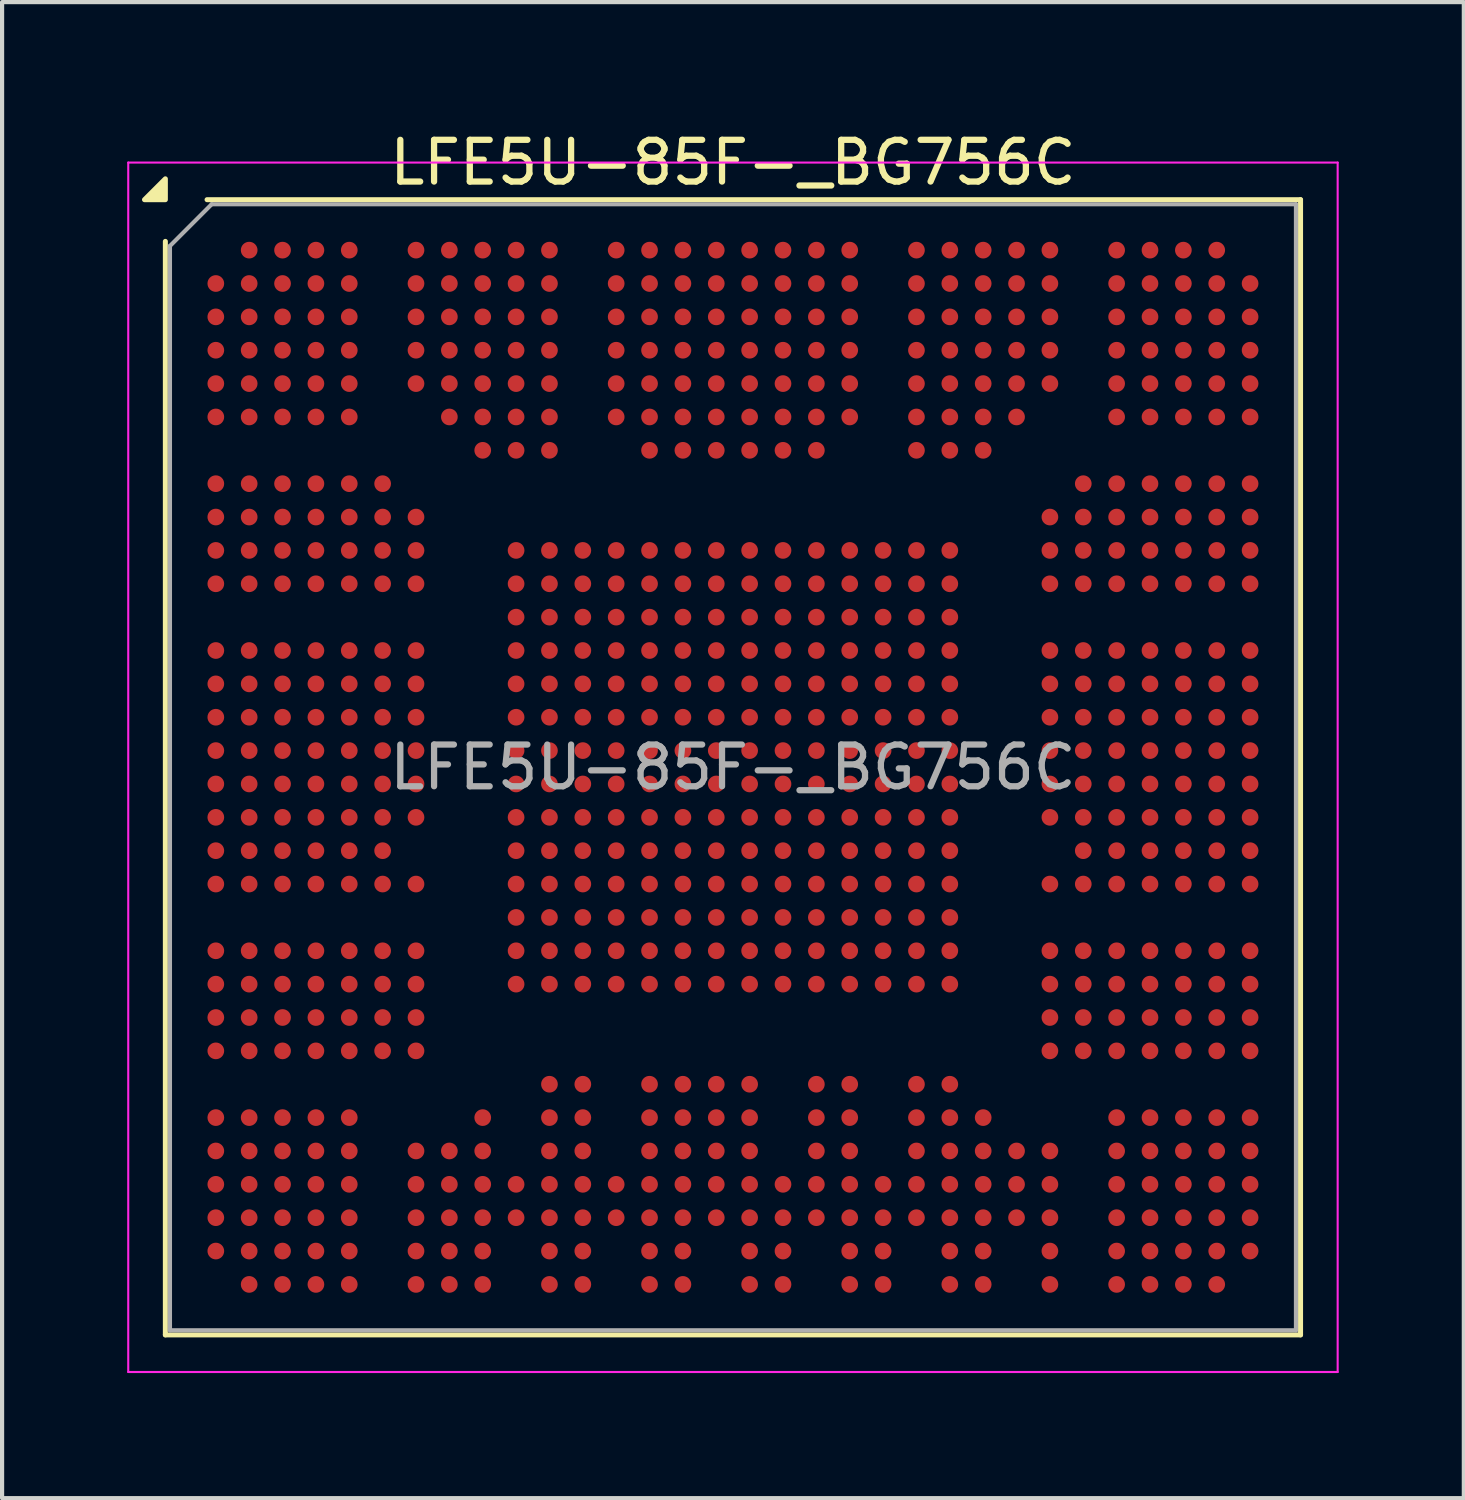
<source format=kicad_pcb>
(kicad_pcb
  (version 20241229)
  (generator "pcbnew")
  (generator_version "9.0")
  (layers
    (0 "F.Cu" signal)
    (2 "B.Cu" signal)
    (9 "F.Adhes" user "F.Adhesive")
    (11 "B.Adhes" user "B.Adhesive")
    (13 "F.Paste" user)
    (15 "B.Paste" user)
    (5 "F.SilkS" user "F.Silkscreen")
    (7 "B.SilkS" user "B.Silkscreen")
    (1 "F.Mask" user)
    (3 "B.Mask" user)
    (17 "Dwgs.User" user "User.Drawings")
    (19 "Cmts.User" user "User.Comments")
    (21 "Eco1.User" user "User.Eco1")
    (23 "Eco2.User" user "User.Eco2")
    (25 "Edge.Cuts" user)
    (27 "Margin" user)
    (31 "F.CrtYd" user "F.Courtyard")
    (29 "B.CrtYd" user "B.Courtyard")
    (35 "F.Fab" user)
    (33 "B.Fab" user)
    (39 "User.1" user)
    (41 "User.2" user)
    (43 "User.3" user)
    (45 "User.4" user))
  (footprint "LFE5U-85F-_BG756C"
    (layer "F.Cu")
    (at 14.525 15.348)
    (property "Reference" "LFE5U-85F-_BG756C" (at 0 -14.5 0) (layer "F.SilkS") (effects (font (size 1 1) (thickness 0.15))))
    (attr smd)
    (fp_line (start -13.61 13.61) (end -13.61 -12.61) (stroke (width 0.12) (type solid)) (layer "F.SilkS"))
    (fp_line (start -12.61 -13.61) (end 13.61 -13.61) (stroke (width 0.12) (type solid)) (layer "F.SilkS"))
    (fp_line (start 13.61 -13.61) (end 13.61 13.61) (stroke (width 0.12) (type solid)) (layer "F.SilkS"))
    (fp_line (start 13.61 13.61) (end -13.61 13.61) (stroke (width 0.12) (type solid)) (layer "F.SilkS"))
    (fp_poly (pts (xy -13.61 -13.61) (xy -14.11 -13.61) (xy -13.61 -14.11) (xy -13.61 -13.61)) (stroke (width 0.12) (type solid)) (fill yes) (layer "F.SilkS"))
    (fp_line (start -14.5 -14.5) (end -14.5 14.5) (stroke (width 0.05) (type solid)) (layer "F.CrtYd"))
    (fp_line (start -14.5 14.5) (end 14.5 14.5) (stroke (width 0.05) (type solid)) (layer "F.CrtYd"))
    (fp_line (start 14.5 -14.5) (end -14.5 -14.5) (stroke (width 0.05) (type solid)) (layer "F.CrtYd"))
    (fp_line (start 14.5 14.5) (end 14.5 -14.5) (stroke (width 0.05) (type solid)) (layer "F.CrtYd"))
    (fp_line (start -13.5 -12.5) (end -12.5 -13.5) (stroke (width 0.1) (type solid)) (layer "F.Fab"))
    (fp_line (start -13.5 13.5) (end -13.5 -12.5) (stroke (width 0.1) (type solid)) (layer "F.Fab"))
    (fp_line (start -12.5 -13.5) (end 13.5 -13.5) (stroke (width 0.1) (type solid)) (layer "F.Fab"))
    (fp_line (start 13.5 -13.5) (end 13.5 13.5) (stroke (width 0.1) (type solid)) (layer "F.Fab"))
    (fp_line (start 13.5 13.5) (end -13.5 13.5) (stroke (width 0.1) (type solid)) (layer "F.Fab"))
    (fp_text user "${REFERENCE}" (at 0 0 0) (layer "F.Fab") (effects (font (size 1 1) (thickness 0.15))))
    (pad "A2" smd circle (at -11.6 -12.4) (size 0.4 0.4) (property pad_prop_bga) (layers "F.Cu" "F.Mask" "F.Paste"))
    (pad "A3" smd circle (at -10.8 -12.4) (size 0.4 0.4) (property pad_prop_bga) (layers "F.Cu" "F.Mask" "F.Paste"))
    (pad "A4" smd circle (at -10 -12.4) (size 0.4 0.4) (property pad_prop_bga) (layers "F.Cu" "F.Mask" "F.Paste"))
    (pad "A5" smd circle (at -9.2 -12.4) (size 0.4 0.4) (property pad_prop_bga) (layers "F.Cu" "F.Mask" "F.Paste"))
    (pad "A7" smd circle (at -7.6 -12.4) (size 0.4 0.4) (property pad_prop_bga) (layers "F.Cu" "F.Mask" "F.Paste"))
    (pad "A8" smd circle (at -6.8 -12.4) (size 0.4 0.4) (property pad_prop_bga) (layers "F.Cu" "F.Mask" "F.Paste"))
    (pad "A9" smd circle (at -6 -12.4) (size 0.4 0.4) (property pad_prop_bga) (layers "F.Cu" "F.Mask" "F.Paste"))
    (pad "A10" smd circle (at -5.2 -12.4) (size 0.4 0.4) (property pad_prop_bga) (layers "F.Cu" "F.Mask" "F.Paste"))
    (pad "A11" smd circle (at -4.4 -12.4) (size 0.4 0.4) (property pad_prop_bga) (layers "F.Cu" "F.Mask" "F.Paste"))
    (pad "A13" smd circle (at -2.8 -12.4) (size 0.4 0.4) (property pad_prop_bga) (layers "F.Cu" "F.Mask" "F.Paste"))
    (pad "A14" smd circle (at -2 -12.4) (size 0.4 0.4) (property pad_prop_bga) (layers "F.Cu" "F.Mask" "F.Paste"))
    (pad "A15" smd circle (at -1.2 -12.4) (size 0.4 0.4) (property pad_prop_bga) (layers "F.Cu" "F.Mask" "F.Paste"))
    (pad "A16" smd circle (at -0.4 -12.4) (size 0.4 0.4) (property pad_prop_bga) (layers "F.Cu" "F.Mask" "F.Paste"))
    (pad "A17" smd circle (at 0.4 -12.4) (size 0.4 0.4) (property pad_prop_bga) (layers "F.Cu" "F.Mask" "F.Paste"))
    (pad "A18" smd circle (at 1.2 -12.4) (size 0.4 0.4) (property pad_prop_bga) (layers "F.Cu" "F.Mask" "F.Paste"))
    (pad "A19" smd circle (at 2 -12.4) (size 0.4 0.4) (property pad_prop_bga) (layers "F.Cu" "F.Mask" "F.Paste"))
    (pad "A20" smd circle (at 2.8 -12.4) (size 0.4 0.4) (property pad_prop_bga) (layers "F.Cu" "F.Mask" "F.Paste"))
    (pad "A22" smd circle (at 4.4 -12.4) (size 0.4 0.4) (property pad_prop_bga) (layers "F.Cu" "F.Mask" "F.Paste"))
    (pad "A23" smd circle (at 5.2 -12.4) (size 0.4 0.4) (property pad_prop_bga) (layers "F.Cu" "F.Mask" "F.Paste"))
    (pad "A24" smd circle (at 6 -12.4) (size 0.4 0.4) (property pad_prop_bga) (layers "F.Cu" "F.Mask" "F.Paste"))
    (pad "A25" smd circle (at 6.8 -12.4) (size 0.4 0.4) (property pad_prop_bga) (layers "F.Cu" "F.Mask" "F.Paste"))
    (pad "A26" smd circle (at 7.6 -12.4) (size 0.4 0.4) (property pad_prop_bga) (layers "F.Cu" "F.Mask" "F.Paste"))
    (pad "A28" smd circle (at 9.2 -12.4) (size 0.4 0.4) (property pad_prop_bga) (layers "F.Cu" "F.Mask" "F.Paste"))
    (pad "A29" smd circle (at 10 -12.4) (size 0.4 0.4) (property pad_prop_bga) (layers "F.Cu" "F.Mask" "F.Paste"))
    (pad "A30" smd circle (at 10.8 -12.4) (size 0.4 0.4) (property pad_prop_bga) (layers "F.Cu" "F.Mask" "F.Paste"))
    (pad "A31" smd circle (at 11.6 -12.4) (size 0.4 0.4) (property pad_prop_bga) (layers "F.Cu" "F.Mask" "F.Paste"))
    (pad "AA10" smd circle (at -5.2 3.6) (size 0.4 0.4) (property pad_prop_bga) (layers "F.Cu" "F.Mask" "F.Paste"))
    (pad "AA11" smd circle (at -4.4 3.6) (size 0.4 0.4) (property pad_prop_bga) (layers "F.Cu" "F.Mask" "F.Paste"))
    (pad "AA12" smd circle (at -3.6 3.6) (size 0.4 0.4) (property pad_prop_bga) (layers "F.Cu" "F.Mask" "F.Paste"))
    (pad "AA13" smd circle (at -2.8 3.6) (size 0.4 0.4) (property pad_prop_bga) (layers "F.Cu" "F.Mask" "F.Paste"))
    (pad "AA14" smd circle (at -2 3.6) (size 0.4 0.4) (property pad_prop_bga) (layers "F.Cu" "F.Mask" "F.Paste"))
    (pad "AA15" smd circle (at -1.2 3.6) (size 0.4 0.4) (property pad_prop_bga) (layers "F.Cu" "F.Mask" "F.Paste"))
    (pad "AA16" smd circle (at -0.4 3.6) (size 0.4 0.4) (property pad_prop_bga) (layers "F.Cu" "F.Mask" "F.Paste"))
    (pad "AA17" smd circle (at 0.4 3.6) (size 0.4 0.4) (property pad_prop_bga) (layers "F.Cu" "F.Mask" "F.Paste"))
    (pad "AA18" smd circle (at 1.2 3.6) (size 0.4 0.4) (property pad_prop_bga) (layers "F.Cu" "F.Mask" "F.Paste"))
    (pad "AA19" smd circle (at 2 3.6) (size 0.4 0.4) (property pad_prop_bga) (layers "F.Cu" "F.Mask" "F.Paste"))
    (pad "AA20" smd circle (at 2.8 3.6) (size 0.4 0.4) (property pad_prop_bga) (layers "F.Cu" "F.Mask" "F.Paste"))
    (pad "AA21" smd circle (at 3.6 3.6) (size 0.4 0.4) (property pad_prop_bga) (layers "F.Cu" "F.Mask" "F.Paste"))
    (pad "AA22" smd circle (at 4.4 3.6) (size 0.4 0.4) (property pad_prop_bga) (layers "F.Cu" "F.Mask" "F.Paste"))
    (pad "AA23" smd circle (at 5.2 3.6) (size 0.4 0.4) (property pad_prop_bga) (layers "F.Cu" "F.Mask" "F.Paste"))
    (pad "AB1" smd circle (at -12.4 4.4) (size 0.4 0.4) (property pad_prop_bga) (layers "F.Cu" "F.Mask" "F.Paste"))
    (pad "AB2" smd circle (at -11.6 4.4) (size 0.4 0.4) (property pad_prop_bga) (layers "F.Cu" "F.Mask" "F.Paste"))
    (pad "AB3" smd circle (at -10.8 4.4) (size 0.4 0.4) (property pad_prop_bga) (layers "F.Cu" "F.Mask" "F.Paste"))
    (pad "AB4" smd circle (at -10 4.4) (size 0.4 0.4) (property pad_prop_bga) (layers "F.Cu" "F.Mask" "F.Paste"))
    (pad "AB5" smd circle (at -9.2 4.4) (size 0.4 0.4) (property pad_prop_bga) (layers "F.Cu" "F.Mask" "F.Paste"))
    (pad "AB6" smd circle (at -8.4 4.4) (size 0.4 0.4) (property pad_prop_bga) (layers "F.Cu" "F.Mask" "F.Paste"))
    (pad "AB7" smd circle (at -7.6 4.4) (size 0.4 0.4) (property pad_prop_bga) (layers "F.Cu" "F.Mask" "F.Paste"))
    (pad "AB10" smd circle (at -5.2 4.4) (size 0.4 0.4) (property pad_prop_bga) (layers "F.Cu" "F.Mask" "F.Paste"))
    (pad "AB11" smd circle (at -4.4 4.4) (size 0.4 0.4) (property pad_prop_bga) (layers "F.Cu" "F.Mask" "F.Paste"))
    (pad "AB12" smd circle (at -3.6 4.4) (size 0.4 0.4) (property pad_prop_bga) (layers "F.Cu" "F.Mask" "F.Paste"))
    (pad "AB13" smd circle (at -2.8 4.4) (size 0.4 0.4) (property pad_prop_bga) (layers "F.Cu" "F.Mask" "F.Paste"))
    (pad "AB14" smd circle (at -2 4.4) (size 0.4 0.4) (property pad_prop_bga) (layers "F.Cu" "F.Mask" "F.Paste"))
    (pad "AB15" smd circle (at -1.2 4.4) (size 0.4 0.4) (property pad_prop_bga) (layers "F.Cu" "F.Mask" "F.Paste"))
    (pad "AB16" smd circle (at -0.4 4.4) (size 0.4 0.4) (property pad_prop_bga) (layers "F.Cu" "F.Mask" "F.Paste"))
    (pad "AB17" smd circle (at 0.4 4.4) (size 0.4 0.4) (property pad_prop_bga) (layers "F.Cu" "F.Mask" "F.Paste"))
    (pad "AB18" smd circle (at 1.2 4.4) (size 0.4 0.4) (property pad_prop_bga) (layers "F.Cu" "F.Mask" "F.Paste"))
    (pad "AB19" smd circle (at 2 4.4) (size 0.4 0.4) (property pad_prop_bga) (layers "F.Cu" "F.Mask" "F.Paste"))
    (pad "AB20" smd circle (at 2.8 4.4) (size 0.4 0.4) (property pad_prop_bga) (layers "F.Cu" "F.Mask" "F.Paste"))
    (pad "AB21" smd circle (at 3.6 4.4) (size 0.4 0.4) (property pad_prop_bga) (layers "F.Cu" "F.Mask" "F.Paste"))
    (pad "AB22" smd circle (at 4.4 4.4) (size 0.4 0.4) (property pad_prop_bga) (layers "F.Cu" "F.Mask" "F.Paste"))
    (pad "AB23" smd circle (at 5.2 4.4) (size 0.4 0.4) (property pad_prop_bga) (layers "F.Cu" "F.Mask" "F.Paste"))
    (pad "AB26" smd circle (at 7.6 4.4) (size 0.4 0.4) (property pad_prop_bga) (layers "F.Cu" "F.Mask" "F.Paste"))
    (pad "AB27" smd circle (at 8.4 4.4) (size 0.4 0.4) (property pad_prop_bga) (layers "F.Cu" "F.Mask" "F.Paste"))
    (pad "AB28" smd circle (at 9.2 4.4) (size 0.4 0.4) (property pad_prop_bga) (layers "F.Cu" "F.Mask" "F.Paste"))
    (pad "AB29" smd circle (at 10 4.4) (size 0.4 0.4) (property pad_prop_bga) (layers "F.Cu" "F.Mask" "F.Paste"))
    (pad "AB30" smd circle (at 10.8 4.4) (size 0.4 0.4) (property pad_prop_bga) (layers "F.Cu" "F.Mask" "F.Paste"))
    (pad "AB31" smd circle (at 11.6 4.4) (size 0.4 0.4) (property pad_prop_bga) (layers "F.Cu" "F.Mask" "F.Paste"))
    (pad "AB32" smd circle (at 12.4 4.4) (size 0.4 0.4) (property pad_prop_bga) (layers "F.Cu" "F.Mask" "F.Paste"))
    (pad "AC1" smd circle (at -12.4 5.2) (size 0.4 0.4) (property pad_prop_bga) (layers "F.Cu" "F.Mask" "F.Paste"))
    (pad "AC2" smd circle (at -11.6 5.2) (size 0.4 0.4) (property pad_prop_bga) (layers "F.Cu" "F.Mask" "F.Paste"))
    (pad "AC3" smd circle (at -10.8 5.2) (size 0.4 0.4) (property pad_prop_bga) (layers "F.Cu" "F.Mask" "F.Paste"))
    (pad "AC4" smd circle (at -10 5.2) (size 0.4 0.4) (property pad_prop_bga) (layers "F.Cu" "F.Mask" "F.Paste"))
    (pad "AC5" smd circle (at -9.2 5.2) (size 0.4 0.4) (property pad_prop_bga) (layers "F.Cu" "F.Mask" "F.Paste"))
    (pad "AC6" smd circle (at -8.4 5.2) (size 0.4 0.4) (property pad_prop_bga) (layers "F.Cu" "F.Mask" "F.Paste"))
    (pad "AC7" smd circle (at -7.6 5.2) (size 0.4 0.4) (property pad_prop_bga) (layers "F.Cu" "F.Mask" "F.Paste"))
    (pad "AC10" smd circle (at -5.2 5.2) (size 0.4 0.4) (property pad_prop_bga) (layers "F.Cu" "F.Mask" "F.Paste"))
    (pad "AC11" smd circle (at -4.4 5.2) (size 0.4 0.4) (property pad_prop_bga) (layers "F.Cu" "F.Mask" "F.Paste"))
    (pad "AC12" smd circle (at -3.6 5.2) (size 0.4 0.4) (property pad_prop_bga) (layers "F.Cu" "F.Mask" "F.Paste"))
    (pad "AC13" smd circle (at -2.8 5.2) (size 0.4 0.4) (property pad_prop_bga) (layers "F.Cu" "F.Mask" "F.Paste"))
    (pad "AC14" smd circle (at -2 5.2) (size 0.4 0.4) (property pad_prop_bga) (layers "F.Cu" "F.Mask" "F.Paste"))
    (pad "AC15" smd circle (at -1.2 5.2) (size 0.4 0.4) (property pad_prop_bga) (layers "F.Cu" "F.Mask" "F.Paste"))
    (pad "AC16" smd circle (at -0.4 5.2) (size 0.4 0.4) (property pad_prop_bga) (layers "F.Cu" "F.Mask" "F.Paste"))
    (pad "AC17" smd circle (at 0.4 5.2) (size 0.4 0.4) (property pad_prop_bga) (layers "F.Cu" "F.Mask" "F.Paste"))
    (pad "AC18" smd circle (at 1.2 5.2) (size 0.4 0.4) (property pad_prop_bga) (layers "F.Cu" "F.Mask" "F.Paste"))
    (pad "AC19" smd circle (at 2 5.2) (size 0.4 0.4) (property pad_prop_bga) (layers "F.Cu" "F.Mask" "F.Paste"))
    (pad "AC20" smd circle (at 2.8 5.2) (size 0.4 0.4) (property pad_prop_bga) (layers "F.Cu" "F.Mask" "F.Paste"))
    (pad "AC21" smd circle (at 3.6 5.2) (size 0.4 0.4) (property pad_prop_bga) (layers "F.Cu" "F.Mask" "F.Paste"))
    (pad "AC22" smd circle (at 4.4 5.2) (size 0.4 0.4) (property pad_prop_bga) (layers "F.Cu" "F.Mask" "F.Paste"))
    (pad "AC23" smd circle (at 5.2 5.2) (size 0.4 0.4) (property pad_prop_bga) (layers "F.Cu" "F.Mask" "F.Paste"))
    (pad "AC26" smd circle (at 7.6 5.2) (size 0.4 0.4) (property pad_prop_bga) (layers "F.Cu" "F.Mask" "F.Paste"))
    (pad "AC27" smd circle (at 8.4 5.2) (size 0.4 0.4) (property pad_prop_bga) (layers "F.Cu" "F.Mask" "F.Paste"))
    (pad "AC28" smd circle (at 9.2 5.2) (size 0.4 0.4) (property pad_prop_bga) (layers "F.Cu" "F.Mask" "F.Paste"))
    (pad "AC29" smd circle (at 10 5.2) (size 0.4 0.4) (property pad_prop_bga) (layers "F.Cu" "F.Mask" "F.Paste"))
    (pad "AC30" smd circle (at 10.8 5.2) (size 0.4 0.4) (property pad_prop_bga) (layers "F.Cu" "F.Mask" "F.Paste"))
    (pad "AC31" smd circle (at 11.6 5.2) (size 0.4 0.4) (property pad_prop_bga) (layers "F.Cu" "F.Mask" "F.Paste"))
    (pad "AC32" smd circle (at 12.4 5.2) (size 0.4 0.4) (property pad_prop_bga) (layers "F.Cu" "F.Mask" "F.Paste"))
    (pad "AD1" smd circle (at -12.4 6) (size 0.4 0.4) (property pad_prop_bga) (layers "F.Cu" "F.Mask" "F.Paste"))
    (pad "AD2" smd circle (at -11.6 6) (size 0.4 0.4) (property pad_prop_bga) (layers "F.Cu" "F.Mask" "F.Paste"))
    (pad "AD3" smd circle (at -10.8 6) (size 0.4 0.4) (property pad_prop_bga) (layers "F.Cu" "F.Mask" "F.Paste"))
    (pad "AD4" smd circle (at -10 6) (size 0.4 0.4) (property pad_prop_bga) (layers "F.Cu" "F.Mask" "F.Paste"))
    (pad "AD5" smd circle (at -9.2 6) (size 0.4 0.4) (property pad_prop_bga) (layers "F.Cu" "F.Mask" "F.Paste"))
    (pad "AD6" smd circle (at -8.4 6) (size 0.4 0.4) (property pad_prop_bga) (layers "F.Cu" "F.Mask" "F.Paste"))
    (pad "AD7" smd circle (at -7.6 6) (size 0.4 0.4) (property pad_prop_bga) (layers "F.Cu" "F.Mask" "F.Paste"))
    (pad "AD26" smd circle (at 7.6 6) (size 0.4 0.4) (property pad_prop_bga) (layers "F.Cu" "F.Mask" "F.Paste"))
    (pad "AD27" smd circle (at 8.4 6) (size 0.4 0.4) (property pad_prop_bga) (layers "F.Cu" "F.Mask" "F.Paste"))
    (pad "AD28" smd circle (at 9.2 6) (size 0.4 0.4) (property pad_prop_bga) (layers "F.Cu" "F.Mask" "F.Paste"))
    (pad "AD29" smd circle (at 10 6) (size 0.4 0.4) (property pad_prop_bga) (layers "F.Cu" "F.Mask" "F.Paste"))
    (pad "AD30" smd circle (at 10.8 6) (size 0.4 0.4) (property pad_prop_bga) (layers "F.Cu" "F.Mask" "F.Paste"))
    (pad "AD31" smd circle (at 11.6 6) (size 0.4 0.4) (property pad_prop_bga) (layers "F.Cu" "F.Mask" "F.Paste"))
    (pad "AD32" smd circle (at 12.4 6) (size 0.4 0.4) (property pad_prop_bga) (layers "F.Cu" "F.Mask" "F.Paste"))
    (pad "AE1" smd circle (at -12.4 6.8) (size 0.4 0.4) (property pad_prop_bga) (layers "F.Cu" "F.Mask" "F.Paste"))
    (pad "AE2" smd circle (at -11.6 6.8) (size 0.4 0.4) (property pad_prop_bga) (layers "F.Cu" "F.Mask" "F.Paste"))
    (pad "AE3" smd circle (at -10.8 6.8) (size 0.4 0.4) (property pad_prop_bga) (layers "F.Cu" "F.Mask" "F.Paste"))
    (pad "AE4" smd circle (at -10 6.8) (size 0.4 0.4) (property pad_prop_bga) (layers "F.Cu" "F.Mask" "F.Paste"))
    (pad "AE5" smd circle (at -9.2 6.8) (size 0.4 0.4) (property pad_prop_bga) (layers "F.Cu" "F.Mask" "F.Paste"))
    (pad "AE6" smd circle (at -8.4 6.8) (size 0.4 0.4) (property pad_prop_bga) (layers "F.Cu" "F.Mask" "F.Paste"))
    (pad "AE7" smd circle (at -7.6 6.8) (size 0.4 0.4) (property pad_prop_bga) (layers "F.Cu" "F.Mask" "F.Paste"))
    (pad "AE26" smd circle (at 7.6 6.8) (size 0.4 0.4) (property pad_prop_bga) (layers "F.Cu" "F.Mask" "F.Paste"))
    (pad "AE27" smd circle (at 8.4 6.8) (size 0.4 0.4) (property pad_prop_bga) (layers "F.Cu" "F.Mask" "F.Paste"))
    (pad "AE28" smd circle (at 9.2 6.8) (size 0.4 0.4) (property pad_prop_bga) (layers "F.Cu" "F.Mask" "F.Paste"))
    (pad "AE29" smd circle (at 10 6.8) (size 0.4 0.4) (property pad_prop_bga) (layers "F.Cu" "F.Mask" "F.Paste"))
    (pad "AE30" smd circle (at 10.8 6.8) (size 0.4 0.4) (property pad_prop_bga) (layers "F.Cu" "F.Mask" "F.Paste"))
    (pad "AE31" smd circle (at 11.6 6.8) (size 0.4 0.4) (property pad_prop_bga) (layers "F.Cu" "F.Mask" "F.Paste"))
    (pad "AE32" smd circle (at 12.4 6.8) (size 0.4 0.4) (property pad_prop_bga) (layers "F.Cu" "F.Mask" "F.Paste"))
    (pad "AF11" smd circle (at -4.4 7.6) (size 0.4 0.4) (property pad_prop_bga) (layers "F.Cu" "F.Mask" "F.Paste"))
    (pad "AF12" smd circle (at -3.6 7.6) (size 0.4 0.4) (property pad_prop_bga) (layers "F.Cu" "F.Mask" "F.Paste"))
    (pad "AF14" smd circle (at -2 7.6) (size 0.4 0.4) (property pad_prop_bga) (layers "F.Cu" "F.Mask" "F.Paste"))
    (pad "AF15" smd circle (at -1.2 7.6) (size 0.4 0.4) (property pad_prop_bga) (layers "F.Cu" "F.Mask" "F.Paste"))
    (pad "AF16" smd circle (at -0.4 7.6) (size 0.4 0.4) (property pad_prop_bga) (layers "F.Cu" "F.Mask" "F.Paste"))
    (pad "AF17" smd circle (at 0.4 7.6) (size 0.4 0.4) (property pad_prop_bga) (layers "F.Cu" "F.Mask" "F.Paste"))
    (pad "AF19" smd circle (at 2 7.6) (size 0.4 0.4) (property pad_prop_bga) (layers "F.Cu" "F.Mask" "F.Paste"))
    (pad "AF20" smd circle (at 2.8 7.6) (size 0.4 0.4) (property pad_prop_bga) (layers "F.Cu" "F.Mask" "F.Paste"))
    (pad "AF22" smd circle (at 4.4 7.6) (size 0.4 0.4) (property pad_prop_bga) (layers "F.Cu" "F.Mask" "F.Paste"))
    (pad "AF23" smd circle (at 5.2 7.6) (size 0.4 0.4) (property pad_prop_bga) (layers "F.Cu" "F.Mask" "F.Paste"))
    (pad "AG1" smd circle (at -12.4 8.4) (size 0.4 0.4) (property pad_prop_bga) (layers "F.Cu" "F.Mask" "F.Paste"))
    (pad "AG2" smd circle (at -11.6 8.4) (size 0.4 0.4) (property pad_prop_bga) (layers "F.Cu" "F.Mask" "F.Paste"))
    (pad "AG3" smd circle (at -10.8 8.4) (size 0.4 0.4) (property pad_prop_bga) (layers "F.Cu" "F.Mask" "F.Paste"))
    (pad "AG4" smd circle (at -10 8.4) (size 0.4 0.4) (property pad_prop_bga) (layers "F.Cu" "F.Mask" "F.Paste"))
    (pad "AG5" smd circle (at -9.2 8.4) (size 0.4 0.4) (property pad_prop_bga) (layers "F.Cu" "F.Mask" "F.Paste"))
    (pad "AG9" smd circle (at -6 8.4) (size 0.4 0.4) (property pad_prop_bga) (layers "F.Cu" "F.Mask" "F.Paste"))
    (pad "AG11" smd circle (at -4.4 8.4) (size 0.4 0.4) (property pad_prop_bga) (layers "F.Cu" "F.Mask" "F.Paste"))
    (pad "AG12" smd circle (at -3.6 8.4) (size 0.4 0.4) (property pad_prop_bga) (layers "F.Cu" "F.Mask" "F.Paste"))
    (pad "AG14" smd circle (at -2 8.4) (size 0.4 0.4) (property pad_prop_bga) (layers "F.Cu" "F.Mask" "F.Paste"))
    (pad "AG15" smd circle (at -1.2 8.4) (size 0.4 0.4) (property pad_prop_bga) (layers "F.Cu" "F.Mask" "F.Paste"))
    (pad "AG16" smd circle (at -0.4 8.4) (size 0.4 0.4) (property pad_prop_bga) (layers "F.Cu" "F.Mask" "F.Paste"))
    (pad "AG17" smd circle (at 0.4 8.4) (size 0.4 0.4) (property pad_prop_bga) (layers "F.Cu" "F.Mask" "F.Paste"))
    (pad "AG19" smd circle (at 2 8.4) (size 0.4 0.4) (property pad_prop_bga) (layers "F.Cu" "F.Mask" "F.Paste"))
    (pad "AG20" smd circle (at 2.8 8.4) (size 0.4 0.4) (property pad_prop_bga) (layers "F.Cu" "F.Mask" "F.Paste"))
    (pad "AG22" smd circle (at 4.4 8.4) (size 0.4 0.4) (property pad_prop_bga) (layers "F.Cu" "F.Mask" "F.Paste"))
    (pad "AG23" smd circle (at 5.2 8.4) (size 0.4 0.4) (property pad_prop_bga) (layers "F.Cu" "F.Mask" "F.Paste"))
    (pad "AG24" smd circle (at 6 8.4) (size 0.4 0.4) (property pad_prop_bga) (layers "F.Cu" "F.Mask" "F.Paste"))
    (pad "AG28" smd circle (at 9.2 8.4) (size 0.4 0.4) (property pad_prop_bga) (layers "F.Cu" "F.Mask" "F.Paste"))
    (pad "AG29" smd circle (at 10 8.4) (size 0.4 0.4) (property pad_prop_bga) (layers "F.Cu" "F.Mask" "F.Paste"))
    (pad "AG30" smd circle (at 10.8 8.4) (size 0.4 0.4) (property pad_prop_bga) (layers "F.Cu" "F.Mask" "F.Paste"))
    (pad "AG31" smd circle (at 11.6 8.4) (size 0.4 0.4) (property pad_prop_bga) (layers "F.Cu" "F.Mask" "F.Paste"))
    (pad "AG32" smd circle (at 12.4 8.4) (size 0.4 0.4) (property pad_prop_bga) (layers "F.Cu" "F.Mask" "F.Paste"))
    (pad "AH1" smd circle (at -12.4 9.2) (size 0.4 0.4) (property pad_prop_bga) (layers "F.Cu" "F.Mask" "F.Paste"))
    (pad "AH2" smd circle (at -11.6 9.2) (size 0.4 0.4) (property pad_prop_bga) (layers "F.Cu" "F.Mask" "F.Paste"))
    (pad "AH3" smd circle (at -10.8 9.2) (size 0.4 0.4) (property pad_prop_bga) (layers "F.Cu" "F.Mask" "F.Paste"))
    (pad "AH4" smd circle (at -10 9.2) (size 0.4 0.4) (property pad_prop_bga) (layers "F.Cu" "F.Mask" "F.Paste"))
    (pad "AH5" smd circle (at -9.2 9.2) (size 0.4 0.4) (property pad_prop_bga) (layers "F.Cu" "F.Mask" "F.Paste"))
    (pad "AH7" smd circle (at -7.6 9.2) (size 0.4 0.4) (property pad_prop_bga) (layers "F.Cu" "F.Mask" "F.Paste"))
    (pad "AH8" smd circle (at -6.8 9.2) (size 0.4 0.4) (property pad_prop_bga) (layers "F.Cu" "F.Mask" "F.Paste"))
    (pad "AH9" smd circle (at -6 9.2) (size 0.4 0.4) (property pad_prop_bga) (layers "F.Cu" "F.Mask" "F.Paste"))
    (pad "AH11" smd circle (at -4.4 9.2) (size 0.4 0.4) (property pad_prop_bga) (layers "F.Cu" "F.Mask" "F.Paste"))
    (pad "AH12" smd circle (at -3.6 9.2) (size 0.4 0.4) (property pad_prop_bga) (layers "F.Cu" "F.Mask" "F.Paste"))
    (pad "AH14" smd circle (at -2 9.2) (size 0.4 0.4) (property pad_prop_bga) (layers "F.Cu" "F.Mask" "F.Paste"))
    (pad "AH15" smd circle (at -1.2 9.2) (size 0.4 0.4) (property pad_prop_bga) (layers "F.Cu" "F.Mask" "F.Paste"))
    (pad "AH16" smd circle (at -0.4 9.2) (size 0.4 0.4) (property pad_prop_bga) (layers "F.Cu" "F.Mask" "F.Paste"))
    (pad "AH17" smd circle (at 0.4 9.2) (size 0.4 0.4) (property pad_prop_bga) (layers "F.Cu" "F.Mask" "F.Paste"))
    (pad "AH19" smd circle (at 2 9.2) (size 0.4 0.4) (property pad_prop_bga) (layers "F.Cu" "F.Mask" "F.Paste"))
    (pad "AH20" smd circle (at 2.8 9.2) (size 0.4 0.4) (property pad_prop_bga) (layers "F.Cu" "F.Mask" "F.Paste"))
    (pad "AH22" smd circle (at 4.4 9.2) (size 0.4 0.4) (property pad_prop_bga) (layers "F.Cu" "F.Mask" "F.Paste"))
    (pad "AH23" smd circle (at 5.2 9.2) (size 0.4 0.4) (property pad_prop_bga) (layers "F.Cu" "F.Mask" "F.Paste"))
    (pad "AH24" smd circle (at 6 9.2) (size 0.4 0.4) (property pad_prop_bga) (layers "F.Cu" "F.Mask" "F.Paste"))
    (pad "AH25" smd circle (at 6.8 9.2) (size 0.4 0.4) (property pad_prop_bga) (layers "F.Cu" "F.Mask" "F.Paste"))
    (pad "AH26" smd circle (at 7.6 9.2) (size 0.4 0.4) (property pad_prop_bga) (layers "F.Cu" "F.Mask" "F.Paste"))
    (pad "AH28" smd circle (at 9.2 9.2) (size 0.4 0.4) (property pad_prop_bga) (layers "F.Cu" "F.Mask" "F.Paste"))
    (pad "AH29" smd circle (at 10 9.2) (size 0.4 0.4) (property pad_prop_bga) (layers "F.Cu" "F.Mask" "F.Paste"))
    (pad "AH30" smd circle (at 10.8 9.2) (size 0.4 0.4) (property pad_prop_bga) (layers "F.Cu" "F.Mask" "F.Paste"))
    (pad "AH31" smd circle (at 11.6 9.2) (size 0.4 0.4) (property pad_prop_bga) (layers "F.Cu" "F.Mask" "F.Paste"))
    (pad "AH32" smd circle (at 12.4 9.2) (size 0.4 0.4) (property pad_prop_bga) (layers "F.Cu" "F.Mask" "F.Paste"))
    (pad "AJ1" smd circle (at -12.4 10) (size 0.4 0.4) (property pad_prop_bga) (layers "F.Cu" "F.Mask" "F.Paste"))
    (pad "AJ2" smd circle (at -11.6 10) (size 0.4 0.4) (property pad_prop_bga) (layers "F.Cu" "F.Mask" "F.Paste"))
    (pad "AJ3" smd circle (at -10.8 10) (size 0.4 0.4) (property pad_prop_bga) (layers "F.Cu" "F.Mask" "F.Paste"))
    (pad "AJ4" smd circle (at -10 10) (size 0.4 0.4) (property pad_prop_bga) (layers "F.Cu" "F.Mask" "F.Paste"))
    (pad "AJ5" smd circle (at -9.2 10) (size 0.4 0.4) (property pad_prop_bga) (layers "F.Cu" "F.Mask" "F.Paste"))
    (pad "AJ7" smd circle (at -7.6 10) (size 0.4 0.4) (property pad_prop_bga) (layers "F.Cu" "F.Mask" "F.Paste"))
    (pad "AJ8" smd circle (at -6.8 10) (size 0.4 0.4) (property pad_prop_bga) (layers "F.Cu" "F.Mask" "F.Paste"))
    (pad "AJ9" smd circle (at -6 10) (size 0.4 0.4) (property pad_prop_bga) (layers "F.Cu" "F.Mask" "F.Paste"))
    (pad "AJ10" smd circle (at -5.2 10) (size 0.4 0.4) (property pad_prop_bga) (layers "F.Cu" "F.Mask" "F.Paste"))
    (pad "AJ11" smd circle (at -4.4 10) (size 0.4 0.4) (property pad_prop_bga) (layers "F.Cu" "F.Mask" "F.Paste"))
    (pad "AJ12" smd circle (at -3.6 10) (size 0.4 0.4) (property pad_prop_bga) (layers "F.Cu" "F.Mask" "F.Paste"))
    (pad "AJ13" smd circle (at -2.8 10) (size 0.4 0.4) (property pad_prop_bga) (layers "F.Cu" "F.Mask" "F.Paste"))
    (pad "AJ14" smd circle (at -2 10) (size 0.4 0.4) (property pad_prop_bga) (layers "F.Cu" "F.Mask" "F.Paste"))
    (pad "AJ15" smd circle (at -1.2 10) (size 0.4 0.4) (property pad_prop_bga) (layers "F.Cu" "F.Mask" "F.Paste"))
    (pad "AJ16" smd circle (at -0.4 10) (size 0.4 0.4) (property pad_prop_bga) (layers "F.Cu" "F.Mask" "F.Paste"))
    (pad "AJ17" smd circle (at 0.4 10) (size 0.4 0.4) (property pad_prop_bga) (layers "F.Cu" "F.Mask" "F.Paste"))
    (pad "AJ18" smd circle (at 1.2 10) (size 0.4 0.4) (property pad_prop_bga) (layers "F.Cu" "F.Mask" "F.Paste"))
    (pad "AJ19" smd circle (at 2 10) (size 0.4 0.4) (property pad_prop_bga) (layers "F.Cu" "F.Mask" "F.Paste"))
    (pad "AJ20" smd circle (at 2.8 10) (size 0.4 0.4) (property pad_prop_bga) (layers "F.Cu" "F.Mask" "F.Paste"))
    (pad "AJ21" smd circle (at 3.6 10) (size 0.4 0.4) (property pad_prop_bga) (layers "F.Cu" "F.Mask" "F.Paste"))
    (pad "AJ22" smd circle (at 4.4 10) (size 0.4 0.4) (property pad_prop_bga) (layers "F.Cu" "F.Mask" "F.Paste"))
    (pad "AJ23" smd circle (at 5.2 10) (size 0.4 0.4) (property pad_prop_bga) (layers "F.Cu" "F.Mask" "F.Paste"))
    (pad "AJ24" smd circle (at 6 10) (size 0.4 0.4) (property pad_prop_bga) (layers "F.Cu" "F.Mask" "F.Paste"))
    (pad "AJ25" smd circle (at 6.8 10) (size 0.4 0.4) (property pad_prop_bga) (layers "F.Cu" "F.Mask" "F.Paste"))
    (pad "AJ26" smd circle (at 7.6 10) (size 0.4 0.4) (property pad_prop_bga) (layers "F.Cu" "F.Mask" "F.Paste"))
    (pad "AJ28" smd circle (at 9.2 10) (size 0.4 0.4) (property pad_prop_bga) (layers "F.Cu" "F.Mask" "F.Paste"))
    (pad "AJ29" smd circle (at 10 10) (size 0.4 0.4) (property pad_prop_bga) (layers "F.Cu" "F.Mask" "F.Paste"))
    (pad "AJ30" smd circle (at 10.8 10) (size 0.4 0.4) (property pad_prop_bga) (layers "F.Cu" "F.Mask" "F.Paste"))
    (pad "AJ31" smd circle (at 11.6 10) (size 0.4 0.4) (property pad_prop_bga) (layers "F.Cu" "F.Mask" "F.Paste"))
    (pad "AJ32" smd circle (at 12.4 10) (size 0.4 0.4) (property pad_prop_bga) (layers "F.Cu" "F.Mask" "F.Paste"))
    (pad "AK1" smd circle (at -12.4 10.8) (size 0.4 0.4) (property pad_prop_bga) (layers "F.Cu" "F.Mask" "F.Paste"))
    (pad "AK2" smd circle (at -11.6 10.8) (size 0.4 0.4) (property pad_prop_bga) (layers "F.Cu" "F.Mask" "F.Paste"))
    (pad "AK3" smd circle (at -10.8 10.8) (size 0.4 0.4) (property pad_prop_bga) (layers "F.Cu" "F.Mask" "F.Paste"))
    (pad "AK4" smd circle (at -10 10.8) (size 0.4 0.4) (property pad_prop_bga) (layers "F.Cu" "F.Mask" "F.Paste"))
    (pad "AK5" smd circle (at -9.2 10.8) (size 0.4 0.4) (property pad_prop_bga) (layers "F.Cu" "F.Mask" "F.Paste"))
    (pad "AK7" smd circle (at -7.6 10.8) (size 0.4 0.4) (property pad_prop_bga) (layers "F.Cu" "F.Mask" "F.Paste"))
    (pad "AK8" smd circle (at -6.8 10.8) (size 0.4 0.4) (property pad_prop_bga) (layers "F.Cu" "F.Mask" "F.Paste"))
    (pad "AK9" smd circle (at -6 10.8) (size 0.4 0.4) (property pad_prop_bga) (layers "F.Cu" "F.Mask" "F.Paste"))
    (pad "AK10" smd circle (at -5.2 10.8) (size 0.4 0.4) (property pad_prop_bga) (layers "F.Cu" "F.Mask" "F.Paste"))
    (pad "AK11" smd circle (at -4.4 10.8) (size 0.4 0.4) (property pad_prop_bga) (layers "F.Cu" "F.Mask" "F.Paste"))
    (pad "AK12" smd circle (at -3.6 10.8) (size 0.4 0.4) (property pad_prop_bga) (layers "F.Cu" "F.Mask" "F.Paste"))
    (pad "AK13" smd circle (at -2.8 10.8) (size 0.4 0.4) (property pad_prop_bga) (layers "F.Cu" "F.Mask" "F.Paste"))
    (pad "AK14" smd circle (at -2 10.8) (size 0.4 0.4) (property pad_prop_bga) (layers "F.Cu" "F.Mask" "F.Paste"))
    (pad "AK15" smd circle (at -1.2 10.8) (size 0.4 0.4) (property pad_prop_bga) (layers "F.Cu" "F.Mask" "F.Paste"))
    (pad "AK16" smd circle (at -0.4 10.8) (size 0.4 0.4) (property pad_prop_bga) (layers "F.Cu" "F.Mask" "F.Paste"))
    (pad "AK17" smd circle (at 0.4 10.8) (size 0.4 0.4) (property pad_prop_bga) (layers "F.Cu" "F.Mask" "F.Paste"))
    (pad "AK18" smd circle (at 1.2 10.8) (size 0.4 0.4) (property pad_prop_bga) (layers "F.Cu" "F.Mask" "F.Paste"))
    (pad "AK19" smd circle (at 2 10.8) (size 0.4 0.4) (property pad_prop_bga) (layers "F.Cu" "F.Mask" "F.Paste"))
    (pad "AK20" smd circle (at 2.8 10.8) (size 0.4 0.4) (property pad_prop_bga) (layers "F.Cu" "F.Mask" "F.Paste"))
    (pad "AK21" smd circle (at 3.6 10.8) (size 0.4 0.4) (property pad_prop_bga) (layers "F.Cu" "F.Mask" "F.Paste"))
    (pad "AK22" smd circle (at 4.4 10.8) (size 0.4 0.4) (property pad_prop_bga) (layers "F.Cu" "F.Mask" "F.Paste"))
    (pad "AK23" smd circle (at 5.2 10.8) (size 0.4 0.4) (property pad_prop_bga) (layers "F.Cu" "F.Mask" "F.Paste"))
    (pad "AK24" smd circle (at 6 10.8) (size 0.4 0.4) (property pad_prop_bga) (layers "F.Cu" "F.Mask" "F.Paste"))
    (pad "AK25" smd circle (at 6.8 10.8) (size 0.4 0.4) (property pad_prop_bga) (layers "F.Cu" "F.Mask" "F.Paste"))
    (pad "AK26" smd circle (at 7.6 10.8) (size 0.4 0.4) (property pad_prop_bga) (layers "F.Cu" "F.Mask" "F.Paste"))
    (pad "AK28" smd circle (at 9.2 10.8) (size 0.4 0.4) (property pad_prop_bga) (layers "F.Cu" "F.Mask" "F.Paste"))
    (pad "AK29" smd circle (at 10 10.8) (size 0.4 0.4) (property pad_prop_bga) (layers "F.Cu" "F.Mask" "F.Paste"))
    (pad "AK30" smd circle (at 10.8 10.8) (size 0.4 0.4) (property pad_prop_bga) (layers "F.Cu" "F.Mask" "F.Paste"))
    (pad "AK31" smd circle (at 11.6 10.8) (size 0.4 0.4) (property pad_prop_bga) (layers "F.Cu" "F.Mask" "F.Paste"))
    (pad "AK32" smd circle (at 12.4 10.8) (size 0.4 0.4) (property pad_prop_bga) (layers "F.Cu" "F.Mask" "F.Paste"))
    (pad "AL1" smd circle (at -12.4 11.6) (size 0.4 0.4) (property pad_prop_bga) (layers "F.Cu" "F.Mask" "F.Paste"))
    (pad "AL2" smd circle (at -11.6 11.6) (size 0.4 0.4) (property pad_prop_bga) (layers "F.Cu" "F.Mask" "F.Paste"))
    (pad "AL3" smd circle (at -10.8 11.6) (size 0.4 0.4) (property pad_prop_bga) (layers "F.Cu" "F.Mask" "F.Paste"))
    (pad "AL4" smd circle (at -10 11.6) (size 0.4 0.4) (property pad_prop_bga) (layers "F.Cu" "F.Mask" "F.Paste"))
    (pad "AL5" smd circle (at -9.2 11.6) (size 0.4 0.4) (property pad_prop_bga) (layers "F.Cu" "F.Mask" "F.Paste"))
    (pad "AL7" smd circle (at -7.6 11.6) (size 0.4 0.4) (property pad_prop_bga) (layers "F.Cu" "F.Mask" "F.Paste"))
    (pad "AL8" smd circle (at -6.8 11.6) (size 0.4 0.4) (property pad_prop_bga) (layers "F.Cu" "F.Mask" "F.Paste"))
    (pad "AL9" smd circle (at -6 11.6) (size 0.4 0.4) (property pad_prop_bga) (layers "F.Cu" "F.Mask" "F.Paste"))
    (pad "AL11" smd circle (at -4.4 11.6) (size 0.4 0.4) (property pad_prop_bga) (layers "F.Cu" "F.Mask" "F.Paste"))
    (pad "AL12" smd circle (at -3.6 11.6) (size 0.4 0.4) (property pad_prop_bga) (layers "F.Cu" "F.Mask" "F.Paste"))
    (pad "AL14" smd circle (at -2 11.6) (size 0.4 0.4) (property pad_prop_bga) (layers "F.Cu" "F.Mask" "F.Paste"))
    (pad "AL15" smd circle (at -1.2 11.6) (size 0.4 0.4) (property pad_prop_bga) (layers "F.Cu" "F.Mask" "F.Paste"))
    (pad "AL17" smd circle (at 0.4 11.6) (size 0.4 0.4) (property pad_prop_bga) (layers "F.Cu" "F.Mask" "F.Paste"))
    (pad "AL18" smd circle (at 1.2 11.6) (size 0.4 0.4) (property pad_prop_bga) (layers "F.Cu" "F.Mask" "F.Paste"))
    (pad "AL20" smd circle (at 2.8 11.6) (size 0.4 0.4) (property pad_prop_bga) (layers "F.Cu" "F.Mask" "F.Paste"))
    (pad "AL21" smd circle (at 3.6 11.6) (size 0.4 0.4) (property pad_prop_bga) (layers "F.Cu" "F.Mask" "F.Paste"))
    (pad "AL23" smd circle (at 5.2 11.6) (size 0.4 0.4) (property pad_prop_bga) (layers "F.Cu" "F.Mask" "F.Paste"))
    (pad "AL24" smd circle (at 6 11.6) (size 0.4 0.4) (property pad_prop_bga) (layers "F.Cu" "F.Mask" "F.Paste"))
    (pad "AL26" smd circle (at 7.6 11.6) (size 0.4 0.4) (property pad_prop_bga) (layers "F.Cu" "F.Mask" "F.Paste"))
    (pad "AL28" smd circle (at 9.2 11.6) (size 0.4 0.4) (property pad_prop_bga) (layers "F.Cu" "F.Mask" "F.Paste"))
    (pad "AL29" smd circle (at 10 11.6) (size 0.4 0.4) (property pad_prop_bga) (layers "F.Cu" "F.Mask" "F.Paste"))
    (pad "AL30" smd circle (at 10.8 11.6) (size 0.4 0.4) (property pad_prop_bga) (layers "F.Cu" "F.Mask" "F.Paste"))
    (pad "AL31" smd circle (at 11.6 11.6) (size 0.4 0.4) (property pad_prop_bga) (layers "F.Cu" "F.Mask" "F.Paste"))
    (pad "AL32" smd circle (at 12.4 11.6) (size 0.4 0.4) (property pad_prop_bga) (layers "F.Cu" "F.Mask" "F.Paste"))
    (pad "AM2" smd circle (at -11.6 12.4) (size 0.4 0.4) (property pad_prop_bga) (layers "F.Cu" "F.Mask" "F.Paste"))
    (pad "AM3" smd circle (at -10.8 12.4) (size 0.4 0.4) (property pad_prop_bga) (layers "F.Cu" "F.Mask" "F.Paste"))
    (pad "AM4" smd circle (at -10 12.4) (size 0.4 0.4) (property pad_prop_bga) (layers "F.Cu" "F.Mask" "F.Paste"))
    (pad "AM5" smd circle (at -9.2 12.4) (size 0.4 0.4) (property pad_prop_bga) (layers "F.Cu" "F.Mask" "F.Paste"))
    (pad "AM7" smd circle (at -7.6 12.4) (size 0.4 0.4) (property pad_prop_bga) (layers "F.Cu" "F.Mask" "F.Paste"))
    (pad "AM8" smd circle (at -6.8 12.4) (size 0.4 0.4) (property pad_prop_bga) (layers "F.Cu" "F.Mask" "F.Paste"))
    (pad "AM9" smd circle (at -6 12.4) (size 0.4 0.4) (property pad_prop_bga) (layers "F.Cu" "F.Mask" "F.Paste"))
    (pad "AM11" smd circle (at -4.4 12.4) (size 0.4 0.4) (property pad_prop_bga) (layers "F.Cu" "F.Mask" "F.Paste"))
    (pad "AM12" smd circle (at -3.6 12.4) (size 0.4 0.4) (property pad_prop_bga) (layers "F.Cu" "F.Mask" "F.Paste"))
    (pad "AM14" smd circle (at -2 12.4) (size 0.4 0.4) (property pad_prop_bga) (layers "F.Cu" "F.Mask" "F.Paste"))
    (pad "AM15" smd circle (at -1.2 12.4) (size 0.4 0.4) (property pad_prop_bga) (layers "F.Cu" "F.Mask" "F.Paste"))
    (pad "AM17" smd circle (at 0.4 12.4) (size 0.4 0.4) (property pad_prop_bga) (layers "F.Cu" "F.Mask" "F.Paste"))
    (pad "AM18" smd circle (at 1.2 12.4) (size 0.4 0.4) (property pad_prop_bga) (layers "F.Cu" "F.Mask" "F.Paste"))
    (pad "AM20" smd circle (at 2.8 12.4) (size 0.4 0.4) (property pad_prop_bga) (layers "F.Cu" "F.Mask" "F.Paste"))
    (pad "AM21" smd circle (at 3.6 12.4) (size 0.4 0.4) (property pad_prop_bga) (layers "F.Cu" "F.Mask" "F.Paste"))
    (pad "AM23" smd circle (at 5.2 12.4) (size 0.4 0.4) (property pad_prop_bga) (layers "F.Cu" "F.Mask" "F.Paste"))
    (pad "AM24" smd circle (at 6 12.4) (size 0.4 0.4) (property pad_prop_bga) (layers "F.Cu" "F.Mask" "F.Paste"))
    (pad "AM26" smd circle (at 7.6 12.4) (size 0.4 0.4) (property pad_prop_bga) (layers "F.Cu" "F.Mask" "F.Paste"))
    (pad "AM28" smd circle (at 9.2 12.4) (size 0.4 0.4) (property pad_prop_bga) (layers "F.Cu" "F.Mask" "F.Paste"))
    (pad "AM29" smd circle (at 10 12.4) (size 0.4 0.4) (property pad_prop_bga) (layers "F.Cu" "F.Mask" "F.Paste"))
    (pad "AM30" smd circle (at 10.8 12.4) (size 0.4 0.4) (property pad_prop_bga) (layers "F.Cu" "F.Mask" "F.Paste"))
    (pad "AM31" smd circle (at 11.6 12.4) (size 0.4 0.4) (property pad_prop_bga) (layers "F.Cu" "F.Mask" "F.Paste"))
    (pad "B1" smd circle (at -12.4 -11.6) (size 0.4 0.4) (property pad_prop_bga) (layers "F.Cu" "F.Mask" "F.Paste"))
    (pad "B2" smd circle (at -11.6 -11.6) (size 0.4 0.4) (property pad_prop_bga) (layers "F.Cu" "F.Mask" "F.Paste"))
    (pad "B3" smd circle (at -10.8 -11.6) (size 0.4 0.4) (property pad_prop_bga) (layers "F.Cu" "F.Mask" "F.Paste"))
    (pad "B4" smd circle (at -10 -11.6) (size 0.4 0.4) (property pad_prop_bga) (layers "F.Cu" "F.Mask" "F.Paste"))
    (pad "B5" smd circle (at -9.2 -11.6) (size 0.4 0.4) (property pad_prop_bga) (layers "F.Cu" "F.Mask" "F.Paste"))
    (pad "B7" smd circle (at -7.6 -11.6) (size 0.4 0.4) (property pad_prop_bga) (layers "F.Cu" "F.Mask" "F.Paste"))
    (pad "B8" smd circle (at -6.8 -11.6) (size 0.4 0.4) (property pad_prop_bga) (layers "F.Cu" "F.Mask" "F.Paste"))
    (pad "B9" smd circle (at -6 -11.6) (size 0.4 0.4) (property pad_prop_bga) (layers "F.Cu" "F.Mask" "F.Paste"))
    (pad "B10" smd circle (at -5.2 -11.6) (size 0.4 0.4) (property pad_prop_bga) (layers "F.Cu" "F.Mask" "F.Paste"))
    (pad "B11" smd circle (at -4.4 -11.6) (size 0.4 0.4) (property pad_prop_bga) (layers "F.Cu" "F.Mask" "F.Paste"))
    (pad "B13" smd circle (at -2.8 -11.6) (size 0.4 0.4) (property pad_prop_bga) (layers "F.Cu" "F.Mask" "F.Paste"))
    (pad "B14" smd circle (at -2 -11.6) (size 0.4 0.4) (property pad_prop_bga) (layers "F.Cu" "F.Mask" "F.Paste"))
    (pad "B15" smd circle (at -1.2 -11.6) (size 0.4 0.4) (property pad_prop_bga) (layers "F.Cu" "F.Mask" "F.Paste"))
    (pad "B16" smd circle (at -0.4 -11.6) (size 0.4 0.4) (property pad_prop_bga) (layers "F.Cu" "F.Mask" "F.Paste"))
    (pad "B17" smd circle (at 0.4 -11.6) (size 0.4 0.4) (property pad_prop_bga) (layers "F.Cu" "F.Mask" "F.Paste"))
    (pad "B18" smd circle (at 1.2 -11.6) (size 0.4 0.4) (property pad_prop_bga) (layers "F.Cu" "F.Mask" "F.Paste"))
    (pad "B19" smd circle (at 2 -11.6) (size 0.4 0.4) (property pad_prop_bga) (layers "F.Cu" "F.Mask" "F.Paste"))
    (pad "B20" smd circle (at 2.8 -11.6) (size 0.4 0.4) (property pad_prop_bga) (layers "F.Cu" "F.Mask" "F.Paste"))
    (pad "B22" smd circle (at 4.4 -11.6) (size 0.4 0.4) (property pad_prop_bga) (layers "F.Cu" "F.Mask" "F.Paste"))
    (pad "B23" smd circle (at 5.2 -11.6) (size 0.4 0.4) (property pad_prop_bga) (layers "F.Cu" "F.Mask" "F.Paste"))
    (pad "B24" smd circle (at 6 -11.6) (size 0.4 0.4) (property pad_prop_bga) (layers "F.Cu" "F.Mask" "F.Paste"))
    (pad "B25" smd circle (at 6.8 -11.6) (size 0.4 0.4) (property pad_prop_bga) (layers "F.Cu" "F.Mask" "F.Paste"))
    (pad "B26" smd circle (at 7.6 -11.6) (size 0.4 0.4) (property pad_prop_bga) (layers "F.Cu" "F.Mask" "F.Paste"))
    (pad "B28" smd circle (at 9.2 -11.6) (size 0.4 0.4) (property pad_prop_bga) (layers "F.Cu" "F.Mask" "F.Paste"))
    (pad "B29" smd circle (at 10 -11.6) (size 0.4 0.4) (property pad_prop_bga) (layers "F.Cu" "F.Mask" "F.Paste"))
    (pad "B30" smd circle (at 10.8 -11.6) (size 0.4 0.4) (property pad_prop_bga) (layers "F.Cu" "F.Mask" "F.Paste"))
    (pad "B31" smd circle (at 11.6 -11.6) (size 0.4 0.4) (property pad_prop_bga) (layers "F.Cu" "F.Mask" "F.Paste"))
    (pad "B32" smd circle (at 12.4 -11.6) (size 0.4 0.4) (property pad_prop_bga) (layers "F.Cu" "F.Mask" "F.Paste"))
    (pad "C1" smd circle (at -12.4 -10.8) (size 0.4 0.4) (property pad_prop_bga) (layers "F.Cu" "F.Mask" "F.Paste"))
    (pad "C2" smd circle (at -11.6 -10.8) (size 0.4 0.4) (property pad_prop_bga) (layers "F.Cu" "F.Mask" "F.Paste"))
    (pad "C3" smd circle (at -10.8 -10.8) (size 0.4 0.4) (property pad_prop_bga) (layers "F.Cu" "F.Mask" "F.Paste"))
    (pad "C4" smd circle (at -10 -10.8) (size 0.4 0.4) (property pad_prop_bga) (layers "F.Cu" "F.Mask" "F.Paste"))
    (pad "C5" smd circle (at -9.2 -10.8) (size 0.4 0.4) (property pad_prop_bga) (layers "F.Cu" "F.Mask" "F.Paste"))
    (pad "C7" smd circle (at -7.6 -10.8) (size 0.4 0.4) (property pad_prop_bga) (layers "F.Cu" "F.Mask" "F.Paste"))
    (pad "C8" smd circle (at -6.8 -10.8) (size 0.4 0.4) (property pad_prop_bga) (layers "F.Cu" "F.Mask" "F.Paste"))
    (pad "C9" smd circle (at -6 -10.8) (size 0.4 0.4) (property pad_prop_bga) (layers "F.Cu" "F.Mask" "F.Paste"))
    (pad "C10" smd circle (at -5.2 -10.8) (size 0.4 0.4) (property pad_prop_bga) (layers "F.Cu" "F.Mask" "F.Paste"))
    (pad "C11" smd circle (at -4.4 -10.8) (size 0.4 0.4) (property pad_prop_bga) (layers "F.Cu" "F.Mask" "F.Paste"))
    (pad "C13" smd circle (at -2.8 -10.8) (size 0.4 0.4) (property pad_prop_bga) (layers "F.Cu" "F.Mask" "F.Paste"))
    (pad "C14" smd circle (at -2 -10.8) (size 0.4 0.4) (property pad_prop_bga) (layers "F.Cu" "F.Mask" "F.Paste"))
    (pad "C15" smd circle (at -1.2 -10.8) (size 0.4 0.4) (property pad_prop_bga) (layers "F.Cu" "F.Mask" "F.Paste"))
    (pad "C16" smd circle (at -0.4 -10.8) (size 0.4 0.4) (property pad_prop_bga) (layers "F.Cu" "F.Mask" "F.Paste"))
    (pad "C17" smd circle (at 0.4 -10.8) (size 0.4 0.4) (property pad_prop_bga) (layers "F.Cu" "F.Mask" "F.Paste"))
    (pad "C18" smd circle (at 1.2 -10.8) (size 0.4 0.4) (property pad_prop_bga) (layers "F.Cu" "F.Mask" "F.Paste"))
    (pad "C19" smd circle (at 2 -10.8) (size 0.4 0.4) (property pad_prop_bga) (layers "F.Cu" "F.Mask" "F.Paste"))
    (pad "C20" smd circle (at 2.8 -10.8) (size 0.4 0.4) (property pad_prop_bga) (layers "F.Cu" "F.Mask" "F.Paste"))
    (pad "C22" smd circle (at 4.4 -10.8) (size 0.4 0.4) (property pad_prop_bga) (layers "F.Cu" "F.Mask" "F.Paste"))
    (pad "C23" smd circle (at 5.2 -10.8) (size 0.4 0.4) (property pad_prop_bga) (layers "F.Cu" "F.Mask" "F.Paste"))
    (pad "C24" smd circle (at 6 -10.8) (size 0.4 0.4) (property pad_prop_bga) (layers "F.Cu" "F.Mask" "F.Paste"))
    (pad "C25" smd circle (at 6.8 -10.8) (size 0.4 0.4) (property pad_prop_bga) (layers "F.Cu" "F.Mask" "F.Paste"))
    (pad "C26" smd circle (at 7.6 -10.8) (size 0.4 0.4) (property pad_prop_bga) (layers "F.Cu" "F.Mask" "F.Paste"))
    (pad "C28" smd circle (at 9.2 -10.8) (size 0.4 0.4) (property pad_prop_bga) (layers "F.Cu" "F.Mask" "F.Paste"))
    (pad "C29" smd circle (at 10 -10.8) (size 0.4 0.4) (property pad_prop_bga) (layers "F.Cu" "F.Mask" "F.Paste"))
    (pad "C30" smd circle (at 10.8 -10.8) (size 0.4 0.4) (property pad_prop_bga) (layers "F.Cu" "F.Mask" "F.Paste"))
    (pad "C31" smd circle (at 11.6 -10.8) (size 0.4 0.4) (property pad_prop_bga) (layers "F.Cu" "F.Mask" "F.Paste"))
    (pad "C32" smd circle (at 12.4 -10.8) (size 0.4 0.4) (property pad_prop_bga) (layers "F.Cu" "F.Mask" "F.Paste"))
    (pad "D1" smd circle (at -12.4 -10) (size 0.4 0.4) (property pad_prop_bga) (layers "F.Cu" "F.Mask" "F.Paste"))
    (pad "D2" smd circle (at -11.6 -10) (size 0.4 0.4) (property pad_prop_bga) (layers "F.Cu" "F.Mask" "F.Paste"))
    (pad "D3" smd circle (at -10.8 -10) (size 0.4 0.4) (property pad_prop_bga) (layers "F.Cu" "F.Mask" "F.Paste"))
    (pad "D4" smd circle (at -10 -10) (size 0.4 0.4) (property pad_prop_bga) (layers "F.Cu" "F.Mask" "F.Paste"))
    (pad "D5" smd circle (at -9.2 -10) (size 0.4 0.4) (property pad_prop_bga) (layers "F.Cu" "F.Mask" "F.Paste"))
    (pad "D7" smd circle (at -7.6 -10) (size 0.4 0.4) (property pad_prop_bga) (layers "F.Cu" "F.Mask" "F.Paste"))
    (pad "D8" smd circle (at -6.8 -10) (size 0.4 0.4) (property pad_prop_bga) (layers "F.Cu" "F.Mask" "F.Paste"))
    (pad "D9" smd circle (at -6 -10) (size 0.4 0.4) (property pad_prop_bga) (layers "F.Cu" "F.Mask" "F.Paste"))
    (pad "D10" smd circle (at -5.2 -10) (size 0.4 0.4) (property pad_prop_bga) (layers "F.Cu" "F.Mask" "F.Paste"))
    (pad "D11" smd circle (at -4.4 -10) (size 0.4 0.4) (property pad_prop_bga) (layers "F.Cu" "F.Mask" "F.Paste"))
    (pad "D13" smd circle (at -2.8 -10) (size 0.4 0.4) (property pad_prop_bga) (layers "F.Cu" "F.Mask" "F.Paste"))
    (pad "D14" smd circle (at -2 -10) (size 0.4 0.4) (property pad_prop_bga) (layers "F.Cu" "F.Mask" "F.Paste"))
    (pad "D15" smd circle (at -1.2 -10) (size 0.4 0.4) (property pad_prop_bga) (layers "F.Cu" "F.Mask" "F.Paste"))
    (pad "D16" smd circle (at -0.4 -10) (size 0.4 0.4) (property pad_prop_bga) (layers "F.Cu" "F.Mask" "F.Paste"))
    (pad "D17" smd circle (at 0.4 -10) (size 0.4 0.4) (property pad_prop_bga) (layers "F.Cu" "F.Mask" "F.Paste"))
    (pad "D18" smd circle (at 1.2 -10) (size 0.4 0.4) (property pad_prop_bga) (layers "F.Cu" "F.Mask" "F.Paste"))
    (pad "D19" smd circle (at 2 -10) (size 0.4 0.4) (property pad_prop_bga) (layers "F.Cu" "F.Mask" "F.Paste"))
    (pad "D20" smd circle (at 2.8 -10) (size 0.4 0.4) (property pad_prop_bga) (layers "F.Cu" "F.Mask" "F.Paste"))
    (pad "D22" smd circle (at 4.4 -10) (size 0.4 0.4) (property pad_prop_bga) (layers "F.Cu" "F.Mask" "F.Paste"))
    (pad "D23" smd circle (at 5.2 -10) (size 0.4 0.4) (property pad_prop_bga) (layers "F.Cu" "F.Mask" "F.Paste"))
    (pad "D24" smd circle (at 6 -10) (size 0.4 0.4) (property pad_prop_bga) (layers "F.Cu" "F.Mask" "F.Paste"))
    (pad "D25" smd circle (at 6.8 -10) (size 0.4 0.4) (property pad_prop_bga) (layers "F.Cu" "F.Mask" "F.Paste"))
    (pad "D26" smd circle (at 7.6 -10) (size 0.4 0.4) (property pad_prop_bga) (layers "F.Cu" "F.Mask" "F.Paste"))
    (pad "D28" smd circle (at 9.2 -10) (size 0.4 0.4) (property pad_prop_bga) (layers "F.Cu" "F.Mask" "F.Paste"))
    (pad "D29" smd circle (at 10 -10) (size 0.4 0.4) (property pad_prop_bga) (layers "F.Cu" "F.Mask" "F.Paste"))
    (pad "D30" smd circle (at 10.8 -10) (size 0.4 0.4) (property pad_prop_bga) (layers "F.Cu" "F.Mask" "F.Paste"))
    (pad "D31" smd circle (at 11.6 -10) (size 0.4 0.4) (property pad_prop_bga) (layers "F.Cu" "F.Mask" "F.Paste"))
    (pad "D32" smd circle (at 12.4 -10) (size 0.4 0.4) (property pad_prop_bga) (layers "F.Cu" "F.Mask" "F.Paste"))
    (pad "E1" smd circle (at -12.4 -9.2) (size 0.4 0.4) (property pad_prop_bga) (layers "F.Cu" "F.Mask" "F.Paste"))
    (pad "E2" smd circle (at -11.6 -9.2) (size 0.4 0.4) (property pad_prop_bga) (layers "F.Cu" "F.Mask" "F.Paste"))
    (pad "E3" smd circle (at -10.8 -9.2) (size 0.4 0.4) (property pad_prop_bga) (layers "F.Cu" "F.Mask" "F.Paste"))
    (pad "E4" smd circle (at -10 -9.2) (size 0.4 0.4) (property pad_prop_bga) (layers "F.Cu" "F.Mask" "F.Paste"))
    (pad "E5" smd circle (at -9.2 -9.2) (size 0.4 0.4) (property pad_prop_bga) (layers "F.Cu" "F.Mask" "F.Paste"))
    (pad "E7" smd circle (at -7.6 -9.2) (size 0.4 0.4) (property pad_prop_bga) (layers "F.Cu" "F.Mask" "F.Paste"))
    (pad "E8" smd circle (at -6.8 -9.2) (size 0.4 0.4) (property pad_prop_bga) (layers "F.Cu" "F.Mask" "F.Paste"))
    (pad "E9" smd circle (at -6 -9.2) (size 0.4 0.4) (property pad_prop_bga) (layers "F.Cu" "F.Mask" "F.Paste"))
    (pad "E10" smd circle (at -5.2 -9.2) (size 0.4 0.4) (property pad_prop_bga) (layers "F.Cu" "F.Mask" "F.Paste"))
    (pad "E11" smd circle (at -4.4 -9.2) (size 0.4 0.4) (property pad_prop_bga) (layers "F.Cu" "F.Mask" "F.Paste"))
    (pad "E13" smd circle (at -2.8 -9.2) (size 0.4 0.4) (property pad_prop_bga) (layers "F.Cu" "F.Mask" "F.Paste"))
    (pad "E14" smd circle (at -2 -9.2) (size 0.4 0.4) (property pad_prop_bga) (layers "F.Cu" "F.Mask" "F.Paste"))
    (pad "E15" smd circle (at -1.2 -9.2) (size 0.4 0.4) (property pad_prop_bga) (layers "F.Cu" "F.Mask" "F.Paste"))
    (pad "E16" smd circle (at -0.4 -9.2) (size 0.4 0.4) (property pad_prop_bga) (layers "F.Cu" "F.Mask" "F.Paste"))
    (pad "E17" smd circle (at 0.4 -9.2) (size 0.4 0.4) (property pad_prop_bga) (layers "F.Cu" "F.Mask" "F.Paste"))
    (pad "E18" smd circle (at 1.2 -9.2) (size 0.4 0.4) (property pad_prop_bga) (layers "F.Cu" "F.Mask" "F.Paste"))
    (pad "E19" smd circle (at 2 -9.2) (size 0.4 0.4) (property pad_prop_bga) (layers "F.Cu" "F.Mask" "F.Paste"))
    (pad "E20" smd circle (at 2.8 -9.2) (size 0.4 0.4) (property pad_prop_bga) (layers "F.Cu" "F.Mask" "F.Paste"))
    (pad "E22" smd circle (at 4.4 -9.2) (size 0.4 0.4) (property pad_prop_bga) (layers "F.Cu" "F.Mask" "F.Paste"))
    (pad "E23" smd circle (at 5.2 -9.2) (size 0.4 0.4) (property pad_prop_bga) (layers "F.Cu" "F.Mask" "F.Paste"))
    (pad "E24" smd circle (at 6 -9.2) (size 0.4 0.4) (property pad_prop_bga) (layers "F.Cu" "F.Mask" "F.Paste"))
    (pad "E25" smd circle (at 6.8 -9.2) (size 0.4 0.4) (property pad_prop_bga) (layers "F.Cu" "F.Mask" "F.Paste"))
    (pad "E26" smd circle (at 7.6 -9.2) (size 0.4 0.4) (property pad_prop_bga) (layers "F.Cu" "F.Mask" "F.Paste"))
    (pad "E28" smd circle (at 9.2 -9.2) (size 0.4 0.4) (property pad_prop_bga) (layers "F.Cu" "F.Mask" "F.Paste"))
    (pad "E29" smd circle (at 10 -9.2) (size 0.4 0.4) (property pad_prop_bga) (layers "F.Cu" "F.Mask" "F.Paste"))
    (pad "E30" smd circle (at 10.8 -9.2) (size 0.4 0.4) (property pad_prop_bga) (layers "F.Cu" "F.Mask" "F.Paste"))
    (pad "E31" smd circle (at 11.6 -9.2) (size 0.4 0.4) (property pad_prop_bga) (layers "F.Cu" "F.Mask" "F.Paste"))
    (pad "E32" smd circle (at 12.4 -9.2) (size 0.4 0.4) (property pad_prop_bga) (layers "F.Cu" "F.Mask" "F.Paste"))
    (pad "F1" smd circle (at -12.4 -8.4) (size 0.4 0.4) (property pad_prop_bga) (layers "F.Cu" "F.Mask" "F.Paste"))
    (pad "F2" smd circle (at -11.6 -8.4) (size 0.4 0.4) (property pad_prop_bga) (layers "F.Cu" "F.Mask" "F.Paste"))
    (pad "F3" smd circle (at -10.8 -8.4) (size 0.4 0.4) (property pad_prop_bga) (layers "F.Cu" "F.Mask" "F.Paste"))
    (pad "F4" smd circle (at -10 -8.4) (size 0.4 0.4) (property pad_prop_bga) (layers "F.Cu" "F.Mask" "F.Paste"))
    (pad "F5" smd circle (at -9.2 -8.4) (size 0.4 0.4) (property pad_prop_bga) (layers "F.Cu" "F.Mask" "F.Paste"))
    (pad "F8" smd circle (at -6.8 -8.4) (size 0.4 0.4) (property pad_prop_bga) (layers "F.Cu" "F.Mask" "F.Paste"))
    (pad "F9" smd circle (at -6 -8.4) (size 0.4 0.4) (property pad_prop_bga) (layers "F.Cu" "F.Mask" "F.Paste"))
    (pad "F10" smd circle (at -5.2 -8.4) (size 0.4 0.4) (property pad_prop_bga) (layers "F.Cu" "F.Mask" "F.Paste"))
    (pad "F11" smd circle (at -4.4 -8.4) (size 0.4 0.4) (property pad_prop_bga) (layers "F.Cu" "F.Mask" "F.Paste"))
    (pad "F13" smd circle (at -2.8 -8.4) (size 0.4 0.4) (property pad_prop_bga) (layers "F.Cu" "F.Mask" "F.Paste"))
    (pad "F14" smd circle (at -2 -8.4) (size 0.4 0.4) (property pad_prop_bga) (layers "F.Cu" "F.Mask" "F.Paste"))
    (pad "F15" smd circle (at -1.2 -8.4) (size 0.4 0.4) (property pad_prop_bga) (layers "F.Cu" "F.Mask" "F.Paste"))
    (pad "F16" smd circle (at -0.4 -8.4) (size 0.4 0.4) (property pad_prop_bga) (layers "F.Cu" "F.Mask" "F.Paste"))
    (pad "F17" smd circle (at 0.4 -8.4) (size 0.4 0.4) (property pad_prop_bga) (layers "F.Cu" "F.Mask" "F.Paste"))
    (pad "F18" smd circle (at 1.2 -8.4) (size 0.4 0.4) (property pad_prop_bga) (layers "F.Cu" "F.Mask" "F.Paste"))
    (pad "F19" smd circle (at 2 -8.4) (size 0.4 0.4) (property pad_prop_bga) (layers "F.Cu" "F.Mask" "F.Paste"))
    (pad "F20" smd circle (at 2.8 -8.4) (size 0.4 0.4) (property pad_prop_bga) (layers "F.Cu" "F.Mask" "F.Paste"))
    (pad "F22" smd circle (at 4.4 -8.4) (size 0.4 0.4) (property pad_prop_bga) (layers "F.Cu" "F.Mask" "F.Paste"))
    (pad "F23" smd circle (at 5.2 -8.4) (size 0.4 0.4) (property pad_prop_bga) (layers "F.Cu" "F.Mask" "F.Paste"))
    (pad "F24" smd circle (at 6 -8.4) (size 0.4 0.4) (property pad_prop_bga) (layers "F.Cu" "F.Mask" "F.Paste"))
    (pad "F25" smd circle (at 6.8 -8.4) (size 0.4 0.4) (property pad_prop_bga) (layers "F.Cu" "F.Mask" "F.Paste"))
    (pad "F28" smd circle (at 9.2 -8.4) (size 0.4 0.4) (property pad_prop_bga) (layers "F.Cu" "F.Mask" "F.Paste"))
    (pad "F29" smd circle (at 10 -8.4) (size 0.4 0.4) (property pad_prop_bga) (layers "F.Cu" "F.Mask" "F.Paste"))
    (pad "F30" smd circle (at 10.8 -8.4) (size 0.4 0.4) (property pad_prop_bga) (layers "F.Cu" "F.Mask" "F.Paste"))
    (pad "F31" smd circle (at 11.6 -8.4) (size 0.4 0.4) (property pad_prop_bga) (layers "F.Cu" "F.Mask" "F.Paste"))
    (pad "F32" smd circle (at 12.4 -8.4) (size 0.4 0.4) (property pad_prop_bga) (layers "F.Cu" "F.Mask" "F.Paste"))
    (pad "G9" smd circle (at -6 -7.6) (size 0.4 0.4) (property pad_prop_bga) (layers "F.Cu" "F.Mask" "F.Paste"))
    (pad "G10" smd circle (at -5.2 -7.6) (size 0.4 0.4) (property pad_prop_bga) (layers "F.Cu" "F.Mask" "F.Paste"))
    (pad "G11" smd circle (at -4.4 -7.6) (size 0.4 0.4) (property pad_prop_bga) (layers "F.Cu" "F.Mask" "F.Paste"))
    (pad "G14" smd circle (at -2 -7.6) (size 0.4 0.4) (property pad_prop_bga) (layers "F.Cu" "F.Mask" "F.Paste"))
    (pad "G15" smd circle (at -1.2 -7.6) (size 0.4 0.4) (property pad_prop_bga) (layers "F.Cu" "F.Mask" "F.Paste"))
    (pad "G16" smd circle (at -0.4 -7.6) (size 0.4 0.4) (property pad_prop_bga) (layers "F.Cu" "F.Mask" "F.Paste"))
    (pad "G17" smd circle (at 0.4 -7.6) (size 0.4 0.4) (property pad_prop_bga) (layers "F.Cu" "F.Mask" "F.Paste"))
    (pad "G18" smd circle (at 1.2 -7.6) (size 0.4 0.4) (property pad_prop_bga) (layers "F.Cu" "F.Mask" "F.Paste"))
    (pad "G19" smd circle (at 2 -7.6) (size 0.4 0.4) (property pad_prop_bga) (layers "F.Cu" "F.Mask" "F.Paste"))
    (pad "G22" smd circle (at 4.4 -7.6) (size 0.4 0.4) (property pad_prop_bga) (layers "F.Cu" "F.Mask" "F.Paste"))
    (pad "G23" smd circle (at 5.2 -7.6) (size 0.4 0.4) (property pad_prop_bga) (layers "F.Cu" "F.Mask" "F.Paste"))
    (pad "G24" smd circle (at 6 -7.6) (size 0.4 0.4) (property pad_prop_bga) (layers "F.Cu" "F.Mask" "F.Paste"))
    (pad "H1" smd circle (at -12.4 -6.8) (size 0.4 0.4) (property pad_prop_bga) (layers "F.Cu" "F.Mask" "F.Paste"))
    (pad "H2" smd circle (at -11.6 -6.8) (size 0.4 0.4) (property pad_prop_bga) (layers "F.Cu" "F.Mask" "F.Paste"))
    (pad "H3" smd circle (at -10.8 -6.8) (size 0.4 0.4) (property pad_prop_bga) (layers "F.Cu" "F.Mask" "F.Paste"))
    (pad "H4" smd circle (at -10 -6.8) (size 0.4 0.4) (property pad_prop_bga) (layers "F.Cu" "F.Mask" "F.Paste"))
    (pad "H5" smd circle (at -9.2 -6.8) (size 0.4 0.4) (property pad_prop_bga) (layers "F.Cu" "F.Mask" "F.Paste"))
    (pad "H6" smd circle (at -8.4 -6.8) (size 0.4 0.4) (property pad_prop_bga) (layers "F.Cu" "F.Mask" "F.Paste"))
    (pad "H27" smd circle (at 8.4 -6.8) (size 0.4 0.4) (property pad_prop_bga) (layers "F.Cu" "F.Mask" "F.Paste"))
    (pad "H28" smd circle (at 9.2 -6.8) (size 0.4 0.4) (property pad_prop_bga) (layers "F.Cu" "F.Mask" "F.Paste"))
    (pad "H29" smd circle (at 10 -6.8) (size 0.4 0.4) (property pad_prop_bga) (layers "F.Cu" "F.Mask" "F.Paste"))
    (pad "H30" smd circle (at 10.8 -6.8) (size 0.4 0.4) (property pad_prop_bga) (layers "F.Cu" "F.Mask" "F.Paste"))
    (pad "H31" smd circle (at 11.6 -6.8) (size 0.4 0.4) (property pad_prop_bga) (layers "F.Cu" "F.Mask" "F.Paste"))
    (pad "H32" smd circle (at 12.4 -6.8) (size 0.4 0.4) (property pad_prop_bga) (layers "F.Cu" "F.Mask" "F.Paste"))
    (pad "J1" smd circle (at -12.4 -6) (size 0.4 0.4) (property pad_prop_bga) (layers "F.Cu" "F.Mask" "F.Paste"))
    (pad "J2" smd circle (at -11.6 -6) (size 0.4 0.4) (property pad_prop_bga) (layers "F.Cu" "F.Mask" "F.Paste"))
    (pad "J3" smd circle (at -10.8 -6) (size 0.4 0.4) (property pad_prop_bga) (layers "F.Cu" "F.Mask" "F.Paste"))
    (pad "J4" smd circle (at -10 -6) (size 0.4 0.4) (property pad_prop_bga) (layers "F.Cu" "F.Mask" "F.Paste"))
    (pad "J5" smd circle (at -9.2 -6) (size 0.4 0.4) (property pad_prop_bga) (layers "F.Cu" "F.Mask" "F.Paste"))
    (pad "J6" smd circle (at -8.4 -6) (size 0.4 0.4) (property pad_prop_bga) (layers "F.Cu" "F.Mask" "F.Paste"))
    (pad "J7" smd circle (at -7.6 -6) (size 0.4 0.4) (property pad_prop_bga) (layers "F.Cu" "F.Mask" "F.Paste"))
    (pad "J26" smd circle (at 7.6 -6) (size 0.4 0.4) (property pad_prop_bga) (layers "F.Cu" "F.Mask" "F.Paste"))
    (pad "J27" smd circle (at 8.4 -6) (size 0.4 0.4) (property pad_prop_bga) (layers "F.Cu" "F.Mask" "F.Paste"))
    (pad "J28" smd circle (at 9.2 -6) (size 0.4 0.4) (property pad_prop_bga) (layers "F.Cu" "F.Mask" "F.Paste"))
    (pad "J29" smd circle (at 10 -6) (size 0.4 0.4) (property pad_prop_bga) (layers "F.Cu" "F.Mask" "F.Paste"))
    (pad "J30" smd circle (at 10.8 -6) (size 0.4 0.4) (property pad_prop_bga) (layers "F.Cu" "F.Mask" "F.Paste"))
    (pad "J31" smd circle (at 11.6 -6) (size 0.4 0.4) (property pad_prop_bga) (layers "F.Cu" "F.Mask" "F.Paste"))
    (pad "J32" smd circle (at 12.4 -6) (size 0.4 0.4) (property pad_prop_bga) (layers "F.Cu" "F.Mask" "F.Paste"))
    (pad "K1" smd circle (at -12.4 -5.2) (size 0.4 0.4) (property pad_prop_bga) (layers "F.Cu" "F.Mask" "F.Paste"))
    (pad "K2" smd circle (at -11.6 -5.2) (size 0.4 0.4) (property pad_prop_bga) (layers "F.Cu" "F.Mask" "F.Paste"))
    (pad "K3" smd circle (at -10.8 -5.2) (size 0.4 0.4) (property pad_prop_bga) (layers "F.Cu" "F.Mask" "F.Paste"))
    (pad "K4" smd circle (at -10 -5.2) (size 0.4 0.4) (property pad_prop_bga) (layers "F.Cu" "F.Mask" "F.Paste"))
    (pad "K5" smd circle (at -9.2 -5.2) (size 0.4 0.4) (property pad_prop_bga) (layers "F.Cu" "F.Mask" "F.Paste"))
    (pad "K6" smd circle (at -8.4 -5.2) (size 0.4 0.4) (property pad_prop_bga) (layers "F.Cu" "F.Mask" "F.Paste"))
    (pad "K7" smd circle (at -7.6 -5.2) (size 0.4 0.4) (property pad_prop_bga) (layers "F.Cu" "F.Mask" "F.Paste"))
    (pad "K10" smd circle (at -5.2 -5.2) (size 0.4 0.4) (property pad_prop_bga) (layers "F.Cu" "F.Mask" "F.Paste"))
    (pad "K11" smd circle (at -4.4 -5.2) (size 0.4 0.4) (property pad_prop_bga) (layers "F.Cu" "F.Mask" "F.Paste"))
    (pad "K12" smd circle (at -3.6 -5.2) (size 0.4 0.4) (property pad_prop_bga) (layers "F.Cu" "F.Mask" "F.Paste"))
    (pad "K13" smd circle (at -2.8 -5.2) (size 0.4 0.4) (property pad_prop_bga) (layers "F.Cu" "F.Mask" "F.Paste"))
    (pad "K14" smd circle (at -2 -5.2) (size 0.4 0.4) (property pad_prop_bga) (layers "F.Cu" "F.Mask" "F.Paste"))
    (pad "K15" smd circle (at -1.2 -5.2) (size 0.4 0.4) (property pad_prop_bga) (layers "F.Cu" "F.Mask" "F.Paste"))
    (pad "K16" smd circle (at -0.4 -5.2) (size 0.4 0.4) (property pad_prop_bga) (layers "F.Cu" "F.Mask" "F.Paste"))
    (pad "K17" smd circle (at 0.4 -5.2) (size 0.4 0.4) (property pad_prop_bga) (layers "F.Cu" "F.Mask" "F.Paste"))
    (pad "K18" smd circle (at 1.2 -5.2) (size 0.4 0.4) (property pad_prop_bga) (layers "F.Cu" "F.Mask" "F.Paste"))
    (pad "K19" smd circle (at 2 -5.2) (size 0.4 0.4) (property pad_prop_bga) (layers "F.Cu" "F.Mask" "F.Paste"))
    (pad "K20" smd circle (at 2.8 -5.2) (size 0.4 0.4) (property pad_prop_bga) (layers "F.Cu" "F.Mask" "F.Paste"))
    (pad "K21" smd circle (at 3.6 -5.2) (size 0.4 0.4) (property pad_prop_bga) (layers "F.Cu" "F.Mask" "F.Paste"))
    (pad "K22" smd circle (at 4.4 -5.2) (size 0.4 0.4) (property pad_prop_bga) (layers "F.Cu" "F.Mask" "F.Paste"))
    (pad "K23" smd circle (at 5.2 -5.2) (size 0.4 0.4) (property pad_prop_bga) (layers "F.Cu" "F.Mask" "F.Paste"))
    (pad "K26" smd circle (at 7.6 -5.2) (size 0.4 0.4) (property pad_prop_bga) (layers "F.Cu" "F.Mask" "F.Paste"))
    (pad "K27" smd circle (at 8.4 -5.2) (size 0.4 0.4) (property pad_prop_bga) (layers "F.Cu" "F.Mask" "F.Paste"))
    (pad "K28" smd circle (at 9.2 -5.2) (size 0.4 0.4) (property pad_prop_bga) (layers "F.Cu" "F.Mask" "F.Paste"))
    (pad "K29" smd circle (at 10 -5.2) (size 0.4 0.4) (property pad_prop_bga) (layers "F.Cu" "F.Mask" "F.Paste"))
    (pad "K30" smd circle (at 10.8 -5.2) (size 0.4 0.4) (property pad_prop_bga) (layers "F.Cu" "F.Mask" "F.Paste"))
    (pad "K31" smd circle (at 11.6 -5.2) (size 0.4 0.4) (property pad_prop_bga) (layers "F.Cu" "F.Mask" "F.Paste"))
    (pad "K32" smd circle (at 12.4 -5.2) (size 0.4 0.4) (property pad_prop_bga) (layers "F.Cu" "F.Mask" "F.Paste"))
    (pad "L1" smd circle (at -12.4 -4.4) (size 0.4 0.4) (property pad_prop_bga) (layers "F.Cu" "F.Mask" "F.Paste"))
    (pad "L2" smd circle (at -11.6 -4.4) (size 0.4 0.4) (property pad_prop_bga) (layers "F.Cu" "F.Mask" "F.Paste"))
    (pad "L3" smd circle (at -10.8 -4.4) (size 0.4 0.4) (property pad_prop_bga) (layers "F.Cu" "F.Mask" "F.Paste"))
    (pad "L4" smd circle (at -10 -4.4) (size 0.4 0.4) (property pad_prop_bga) (layers "F.Cu" "F.Mask" "F.Paste"))
    (pad "L5" smd circle (at -9.2 -4.4) (size 0.4 0.4) (property pad_prop_bga) (layers "F.Cu" "F.Mask" "F.Paste"))
    (pad "L6" smd circle (at -8.4 -4.4) (size 0.4 0.4) (property pad_prop_bga) (layers "F.Cu" "F.Mask" "F.Paste"))
    (pad "L7" smd circle (at -7.6 -4.4) (size 0.4 0.4) (property pad_prop_bga) (layers "F.Cu" "F.Mask" "F.Paste"))
    (pad "L10" smd circle (at -5.2 -4.4) (size 0.4 0.4) (property pad_prop_bga) (layers "F.Cu" "F.Mask" "F.Paste"))
    (pad "L11" smd circle (at -4.4 -4.4) (size 0.4 0.4) (property pad_prop_bga) (layers "F.Cu" "F.Mask" "F.Paste"))
    (pad "L12" smd circle (at -3.6 -4.4) (size 0.4 0.4) (property pad_prop_bga) (layers "F.Cu" "F.Mask" "F.Paste"))
    (pad "L13" smd circle (at -2.8 -4.4) (size 0.4 0.4) (property pad_prop_bga) (layers "F.Cu" "F.Mask" "F.Paste"))
    (pad "L14" smd circle (at -2 -4.4) (size 0.4 0.4) (property pad_prop_bga) (layers "F.Cu" "F.Mask" "F.Paste"))
    (pad "L15" smd circle (at -1.2 -4.4) (size 0.4 0.4) (property pad_prop_bga) (layers "F.Cu" "F.Mask" "F.Paste"))
    (pad "L16" smd circle (at -0.4 -4.4) (size 0.4 0.4) (property pad_prop_bga) (layers "F.Cu" "F.Mask" "F.Paste"))
    (pad "L17" smd circle (at 0.4 -4.4) (size 0.4 0.4) (property pad_prop_bga) (layers "F.Cu" "F.Mask" "F.Paste"))
    (pad "L18" smd circle (at 1.2 -4.4) (size 0.4 0.4) (property pad_prop_bga) (layers "F.Cu" "F.Mask" "F.Paste"))
    (pad "L19" smd circle (at 2 -4.4) (size 0.4 0.4) (property pad_prop_bga) (layers "F.Cu" "F.Mask" "F.Paste"))
    (pad "L20" smd circle (at 2.8 -4.4) (size 0.4 0.4) (property pad_prop_bga) (layers "F.Cu" "F.Mask" "F.Paste"))
    (pad "L21" smd circle (at 3.6 -4.4) (size 0.4 0.4) (property pad_prop_bga) (layers "F.Cu" "F.Mask" "F.Paste"))
    (pad "L22" smd circle (at 4.4 -4.4) (size 0.4 0.4) (property pad_prop_bga) (layers "F.Cu" "F.Mask" "F.Paste"))
    (pad "L23" smd circle (at 5.2 -4.4) (size 0.4 0.4) (property pad_prop_bga) (layers "F.Cu" "F.Mask" "F.Paste"))
    (pad "L26" smd circle (at 7.6 -4.4) (size 0.4 0.4) (property pad_prop_bga) (layers "F.Cu" "F.Mask" "F.Paste"))
    (pad "L27" smd circle (at 8.4 -4.4) (size 0.4 0.4) (property pad_prop_bga) (layers "F.Cu" "F.Mask" "F.Paste"))
    (pad "L28" smd circle (at 9.2 -4.4) (size 0.4 0.4) (property pad_prop_bga) (layers "F.Cu" "F.Mask" "F.Paste"))
    (pad "L29" smd circle (at 10 -4.4) (size 0.4 0.4) (property pad_prop_bga) (layers "F.Cu" "F.Mask" "F.Paste"))
    (pad "L30" smd circle (at 10.8 -4.4) (size 0.4 0.4) (property pad_prop_bga) (layers "F.Cu" "F.Mask" "F.Paste"))
    (pad "L31" smd circle (at 11.6 -4.4) (size 0.4 0.4) (property pad_prop_bga) (layers "F.Cu" "F.Mask" "F.Paste"))
    (pad "L32" smd circle (at 12.4 -4.4) (size 0.4 0.4) (property pad_prop_bga) (layers "F.Cu" "F.Mask" "F.Paste"))
    (pad "M10" smd circle (at -5.2 -3.6) (size 0.4 0.4) (property pad_prop_bga) (layers "F.Cu" "F.Mask" "F.Paste"))
    (pad "M11" smd circle (at -4.4 -3.6) (size 0.4 0.4) (property pad_prop_bga) (layers "F.Cu" "F.Mask" "F.Paste"))
    (pad "M12" smd circle (at -3.6 -3.6) (size 0.4 0.4) (property pad_prop_bga) (layers "F.Cu" "F.Mask" "F.Paste"))
    (pad "M13" smd circle (at -2.8 -3.6) (size 0.4 0.4) (property pad_prop_bga) (layers "F.Cu" "F.Mask" "F.Paste"))
    (pad "M14" smd circle (at -2 -3.6) (size 0.4 0.4) (property pad_prop_bga) (layers "F.Cu" "F.Mask" "F.Paste"))
    (pad "M15" smd circle (at -1.2 -3.6) (size 0.4 0.4) (property pad_prop_bga) (layers "F.Cu" "F.Mask" "F.Paste"))
    (pad "M16" smd circle (at -0.4 -3.6) (size 0.4 0.4) (property pad_prop_bga) (layers "F.Cu" "F.Mask" "F.Paste"))
    (pad "M17" smd circle (at 0.4 -3.6) (size 0.4 0.4) (property pad_prop_bga) (layers "F.Cu" "F.Mask" "F.Paste"))
    (pad "M18" smd circle (at 1.2 -3.6) (size 0.4 0.4) (property pad_prop_bga) (layers "F.Cu" "F.Mask" "F.Paste"))
    (pad "M19" smd circle (at 2 -3.6) (size 0.4 0.4) (property pad_prop_bga) (layers "F.Cu" "F.Mask" "F.Paste"))
    (pad "M20" smd circle (at 2.8 -3.6) (size 0.4 0.4) (property pad_prop_bga) (layers "F.Cu" "F.Mask" "F.Paste"))
    (pad "M21" smd circle (at 3.6 -3.6) (size 0.4 0.4) (property pad_prop_bga) (layers "F.Cu" "F.Mask" "F.Paste"))
    (pad "M22" smd circle (at 4.4 -3.6) (size 0.4 0.4) (property pad_prop_bga) (layers "F.Cu" "F.Mask" "F.Paste"))
    (pad "M23" smd circle (at 5.2 -3.6) (size 0.4 0.4) (property pad_prop_bga) (layers "F.Cu" "F.Mask" "F.Paste"))
    (pad "N1" smd circle (at -12.4 -2.8) (size 0.4 0.4) (property pad_prop_bga) (layers "F.Cu" "F.Mask" "F.Paste"))
    (pad "N2" smd circle (at -11.6 -2.8) (size 0.4 0.4) (property pad_prop_bga) (layers "F.Cu" "F.Mask" "F.Paste"))
    (pad "N3" smd circle (at -10.8 -2.8) (size 0.4 0.4) (property pad_prop_bga) (layers "F.Cu" "F.Mask" "F.Paste"))
    (pad "N4" smd circle (at -10 -2.8) (size 0.4 0.4) (property pad_prop_bga) (layers "F.Cu" "F.Mask" "F.Paste"))
    (pad "N5" smd circle (at -9.2 -2.8) (size 0.4 0.4) (property pad_prop_bga) (layers "F.Cu" "F.Mask" "F.Paste"))
    (pad "N6" smd circle (at -8.4 -2.8) (size 0.4 0.4) (property pad_prop_bga) (layers "F.Cu" "F.Mask" "F.Paste"))
    (pad "N7" smd circle (at -7.6 -2.8) (size 0.4 0.4) (property pad_prop_bga) (layers "F.Cu" "F.Mask" "F.Paste"))
    (pad "N10" smd circle (at -5.2 -2.8) (size 0.4 0.4) (property pad_prop_bga) (layers "F.Cu" "F.Mask" "F.Paste"))
    (pad "N11" smd circle (at -4.4 -2.8) (size 0.4 0.4) (property pad_prop_bga) (layers "F.Cu" "F.Mask" "F.Paste"))
    (pad "N12" smd circle (at -3.6 -2.8) (size 0.4 0.4) (property pad_prop_bga) (layers "F.Cu" "F.Mask" "F.Paste"))
    (pad "N13" smd circle (at -2.8 -2.8) (size 0.4 0.4) (property pad_prop_bga) (layers "F.Cu" "F.Mask" "F.Paste"))
    (pad "N14" smd circle (at -2 -2.8) (size 0.4 0.4) (property pad_prop_bga) (layers "F.Cu" "F.Mask" "F.Paste"))
    (pad "N15" smd circle (at -1.2 -2.8) (size 0.4 0.4) (property pad_prop_bga) (layers "F.Cu" "F.Mask" "F.Paste"))
    (pad "N16" smd circle (at -0.4 -2.8) (size 0.4 0.4) (property pad_prop_bga) (layers "F.Cu" "F.Mask" "F.Paste"))
    (pad "N17" smd circle (at 0.4 -2.8) (size 0.4 0.4) (property pad_prop_bga) (layers "F.Cu" "F.Mask" "F.Paste"))
    (pad "N18" smd circle (at 1.2 -2.8) (size 0.4 0.4) (property pad_prop_bga) (layers "F.Cu" "F.Mask" "F.Paste"))
    (pad "N19" smd circle (at 2 -2.8) (size 0.4 0.4) (property pad_prop_bga) (layers "F.Cu" "F.Mask" "F.Paste"))
    (pad "N20" smd circle (at 2.8 -2.8) (size 0.4 0.4) (property pad_prop_bga) (layers "F.Cu" "F.Mask" "F.Paste"))
    (pad "N21" smd circle (at 3.6 -2.8) (size 0.4 0.4) (property pad_prop_bga) (layers "F.Cu" "F.Mask" "F.Paste"))
    (pad "N22" smd circle (at 4.4 -2.8) (size 0.4 0.4) (property pad_prop_bga) (layers "F.Cu" "F.Mask" "F.Paste"))
    (pad "N23" smd circle (at 5.2 -2.8) (size 0.4 0.4) (property pad_prop_bga) (layers "F.Cu" "F.Mask" "F.Paste"))
    (pad "N26" smd circle (at 7.6 -2.8) (size 0.4 0.4) (property pad_prop_bga) (layers "F.Cu" "F.Mask" "F.Paste"))
    (pad "N27" smd circle (at 8.4 -2.8) (size 0.4 0.4) (property pad_prop_bga) (layers "F.Cu" "F.Mask" "F.Paste"))
    (pad "N28" smd circle (at 9.2 -2.8) (size 0.4 0.4) (property pad_prop_bga) (layers "F.Cu" "F.Mask" "F.Paste"))
    (pad "N29" smd circle (at 10 -2.8) (size 0.4 0.4) (property pad_prop_bga) (layers "F.Cu" "F.Mask" "F.Paste"))
    (pad "N30" smd circle (at 10.8 -2.8) (size 0.4 0.4) (property pad_prop_bga) (layers "F.Cu" "F.Mask" "F.Paste"))
    (pad "N31" smd circle (at 11.6 -2.8) (size 0.4 0.4) (property pad_prop_bga) (layers "F.Cu" "F.Mask" "F.Paste"))
    (pad "N32" smd circle (at 12.4 -2.8) (size 0.4 0.4) (property pad_prop_bga) (layers "F.Cu" "F.Mask" "F.Paste"))
    (pad "P1" smd circle (at -12.4 -2) (size 0.4 0.4) (property pad_prop_bga) (layers "F.Cu" "F.Mask" "F.Paste"))
    (pad "P2" smd circle (at -11.6 -2) (size 0.4 0.4) (property pad_prop_bga) (layers "F.Cu" "F.Mask" "F.Paste"))
    (pad "P3" smd circle (at -10.8 -2) (size 0.4 0.4) (property pad_prop_bga) (layers "F.Cu" "F.Mask" "F.Paste"))
    (pad "P4" smd circle (at -10 -2) (size 0.4 0.4) (property pad_prop_bga) (layers "F.Cu" "F.Mask" "F.Paste"))
    (pad "P5" smd circle (at -9.2 -2) (size 0.4 0.4) (property pad_prop_bga) (layers "F.Cu" "F.Mask" "F.Paste"))
    (pad "P6" smd circle (at -8.4 -2) (size 0.4 0.4) (property pad_prop_bga) (layers "F.Cu" "F.Mask" "F.Paste"))
    (pad "P7" smd circle (at -7.6 -2) (size 0.4 0.4) (property pad_prop_bga) (layers "F.Cu" "F.Mask" "F.Paste"))
    (pad "P10" smd circle (at -5.2 -2) (size 0.4 0.4) (property pad_prop_bga) (layers "F.Cu" "F.Mask" "F.Paste"))
    (pad "P11" smd circle (at -4.4 -2) (size 0.4 0.4) (property pad_prop_bga) (layers "F.Cu" "F.Mask" "F.Paste"))
    (pad "P12" smd circle (at -3.6 -2) (size 0.4 0.4) (property pad_prop_bga) (layers "F.Cu" "F.Mask" "F.Paste"))
    (pad "P13" smd circle (at -2.8 -2) (size 0.4 0.4) (property pad_prop_bga) (layers "F.Cu" "F.Mask" "F.Paste"))
    (pad "P14" smd circle (at -2 -2) (size 0.4 0.4) (property pad_prop_bga) (layers "F.Cu" "F.Mask" "F.Paste"))
    (pad "P15" smd circle (at -1.2 -2) (size 0.4 0.4) (property pad_prop_bga) (layers "F.Cu" "F.Mask" "F.Paste"))
    (pad "P16" smd circle (at -0.4 -2) (size 0.4 0.4) (property pad_prop_bga) (layers "F.Cu" "F.Mask" "F.Paste"))
    (pad "P17" smd circle (at 0.4 -2) (size 0.4 0.4) (property pad_prop_bga) (layers "F.Cu" "F.Mask" "F.Paste"))
    (pad "P18" smd circle (at 1.2 -2) (size 0.4 0.4) (property pad_prop_bga) (layers "F.Cu" "F.Mask" "F.Paste"))
    (pad "P19" smd circle (at 2 -2) (size 0.4 0.4) (property pad_prop_bga) (layers "F.Cu" "F.Mask" "F.Paste"))
    (pad "P20" smd circle (at 2.8 -2) (size 0.4 0.4) (property pad_prop_bga) (layers "F.Cu" "F.Mask" "F.Paste"))
    (pad "P21" smd circle (at 3.6 -2) (size 0.4 0.4) (property pad_prop_bga) (layers "F.Cu" "F.Mask" "F.Paste"))
    (pad "P22" smd circle (at 4.4 -2) (size 0.4 0.4) (property pad_prop_bga) (layers "F.Cu" "F.Mask" "F.Paste"))
    (pad "P23" smd circle (at 5.2 -2) (size 0.4 0.4) (property pad_prop_bga) (layers "F.Cu" "F.Mask" "F.Paste"))
    (pad "P26" smd circle (at 7.6 -2) (size 0.4 0.4) (property pad_prop_bga) (layers "F.Cu" "F.Mask" "F.Paste"))
    (pad "P27" smd circle (at 8.4 -2) (size 0.4 0.4) (property pad_prop_bga) (layers "F.Cu" "F.Mask" "F.Paste"))
    (pad "P28" smd circle (at 9.2 -2) (size 0.4 0.4) (property pad_prop_bga) (layers "F.Cu" "F.Mask" "F.Paste"))
    (pad "P29" smd circle (at 10 -2) (size 0.4 0.4) (property pad_prop_bga) (layers "F.Cu" "F.Mask" "F.Paste"))
    (pad "P30" smd circle (at 10.8 -2) (size 0.4 0.4) (property pad_prop_bga) (layers "F.Cu" "F.Mask" "F.Paste"))
    (pad "P31" smd circle (at 11.6 -2) (size 0.4 0.4) (property pad_prop_bga) (layers "F.Cu" "F.Mask" "F.Paste"))
    (pad "P32" smd circle (at 12.4 -2) (size 0.4 0.4) (property pad_prop_bga) (layers "F.Cu" "F.Mask" "F.Paste"))
    (pad "R1" smd circle (at -12.4 -1.2) (size 0.4 0.4) (property pad_prop_bga) (layers "F.Cu" "F.Mask" "F.Paste"))
    (pad "R2" smd circle (at -11.6 -1.2) (size 0.4 0.4) (property pad_prop_bga) (layers "F.Cu" "F.Mask" "F.Paste"))
    (pad "R3" smd circle (at -10.8 -1.2) (size 0.4 0.4) (property pad_prop_bga) (layers "F.Cu" "F.Mask" "F.Paste"))
    (pad "R4" smd circle (at -10 -1.2) (size 0.4 0.4) (property pad_prop_bga) (layers "F.Cu" "F.Mask" "F.Paste"))
    (pad "R5" smd circle (at -9.2 -1.2) (size 0.4 0.4) (property pad_prop_bga) (layers "F.Cu" "F.Mask" "F.Paste"))
    (pad "R6" smd circle (at -8.4 -1.2) (size 0.4 0.4) (property pad_prop_bga) (layers "F.Cu" "F.Mask" "F.Paste"))
    (pad "R7" smd circle (at -7.6 -1.2) (size 0.4 0.4) (property pad_prop_bga) (layers "F.Cu" "F.Mask" "F.Paste"))
    (pad "R10" smd circle (at -5.2 -1.2) (size 0.4 0.4) (property pad_prop_bga) (layers "F.Cu" "F.Mask" "F.Paste"))
    (pad "R11" smd circle (at -4.4 -1.2) (size 0.4 0.4) (property pad_prop_bga) (layers "F.Cu" "F.Mask" "F.Paste"))
    (pad "R12" smd circle (at -3.6 -1.2) (size 0.4 0.4) (property pad_prop_bga) (layers "F.Cu" "F.Mask" "F.Paste"))
    (pad "R13" smd circle (at -2.8 -1.2) (size 0.4 0.4) (property pad_prop_bga) (layers "F.Cu" "F.Mask" "F.Paste"))
    (pad "R14" smd circle (at -2 -1.2) (size 0.4 0.4) (property pad_prop_bga) (layers "F.Cu" "F.Mask" "F.Paste"))
    (pad "R15" smd circle (at -1.2 -1.2) (size 0.4 0.4) (property pad_prop_bga) (layers "F.Cu" "F.Mask" "F.Paste"))
    (pad "R16" smd circle (at -0.4 -1.2) (size 0.4 0.4) (property pad_prop_bga) (layers "F.Cu" "F.Mask" "F.Paste"))
    (pad "R17" smd circle (at 0.4 -1.2) (size 0.4 0.4) (property pad_prop_bga) (layers "F.Cu" "F.Mask" "F.Paste"))
    (pad "R18" smd circle (at 1.2 -1.2) (size 0.4 0.4) (property pad_prop_bga) (layers "F.Cu" "F.Mask" "F.Paste"))
    (pad "R19" smd circle (at 2 -1.2) (size 0.4 0.4) (property pad_prop_bga) (layers "F.Cu" "F.Mask" "F.Paste"))
    (pad "R20" smd circle (at 2.8 -1.2) (size 0.4 0.4) (property pad_prop_bga) (layers "F.Cu" "F.Mask" "F.Paste"))
    (pad "R21" smd circle (at 3.6 -1.2) (size 0.4 0.4) (property pad_prop_bga) (layers "F.Cu" "F.Mask" "F.Paste"))
    (pad "R22" smd circle (at 4.4 -1.2) (size 0.4 0.4) (property pad_prop_bga) (layers "F.Cu" "F.Mask" "F.Paste"))
    (pad "R23" smd circle (at 5.2 -1.2) (size 0.4 0.4) (property pad_prop_bga) (layers "F.Cu" "F.Mask" "F.Paste"))
    (pad "R26" smd circle (at 7.6 -1.2) (size 0.4 0.4) (property pad_prop_bga) (layers "F.Cu" "F.Mask" "F.Paste"))
    (pad "R27" smd circle (at 8.4 -1.2) (size 0.4 0.4) (property pad_prop_bga) (layers "F.Cu" "F.Mask" "F.Paste"))
    (pad "R28" smd circle (at 9.2 -1.2) (size 0.4 0.4) (property pad_prop_bga) (layers "F.Cu" "F.Mask" "F.Paste"))
    (pad "R29" smd circle (at 10 -1.2) (size 0.4 0.4) (property pad_prop_bga) (layers "F.Cu" "F.Mask" "F.Paste"))
    (pad "R30" smd circle (at 10.8 -1.2) (size 0.4 0.4) (property pad_prop_bga) (layers "F.Cu" "F.Mask" "F.Paste"))
    (pad "R31" smd circle (at 11.6 -1.2) (size 0.4 0.4) (property pad_prop_bga) (layers "F.Cu" "F.Mask" "F.Paste"))
    (pad "R32" smd circle (at 12.4 -1.2) (size 0.4 0.4) (property pad_prop_bga) (layers "F.Cu" "F.Mask" "F.Paste"))
    (pad "T1" smd circle (at -12.4 -0.4) (size 0.4 0.4) (property pad_prop_bga) (layers "F.Cu" "F.Mask" "F.Paste"))
    (pad "T2" smd circle (at -11.6 -0.4) (size 0.4 0.4) (property pad_prop_bga) (layers "F.Cu" "F.Mask" "F.Paste"))
    (pad "T3" smd circle (at -10.8 -0.4) (size 0.4 0.4) (property pad_prop_bga) (layers "F.Cu" "F.Mask" "F.Paste"))
    (pad "T4" smd circle (at -10 -0.4) (size 0.4 0.4) (property pad_prop_bga) (layers "F.Cu" "F.Mask" "F.Paste"))
    (pad "T5" smd circle (at -9.2 -0.4) (size 0.4 0.4) (property pad_prop_bga) (layers "F.Cu" "F.Mask" "F.Paste"))
    (pad "T6" smd circle (at -8.4 -0.4) (size 0.4 0.4) (property pad_prop_bga) (layers "F.Cu" "F.Mask" "F.Paste"))
    (pad "T7" smd circle (at -7.6 -0.4) (size 0.4 0.4) (property pad_prop_bga) (layers "F.Cu" "F.Mask" "F.Paste"))
    (pad "T10" smd circle (at -5.2 -0.4) (size 0.4 0.4) (property pad_prop_bga) (layers "F.Cu" "F.Mask" "F.Paste"))
    (pad "T11" smd circle (at -4.4 -0.4) (size 0.4 0.4) (property pad_prop_bga) (layers "F.Cu" "F.Mask" "F.Paste"))
    (pad "T12" smd circle (at -3.6 -0.4) (size 0.4 0.4) (property pad_prop_bga) (layers "F.Cu" "F.Mask" "F.Paste"))
    (pad "T13" smd circle (at -2.8 -0.4) (size 0.4 0.4) (property pad_prop_bga) (layers "F.Cu" "F.Mask" "F.Paste"))
    (pad "T14" smd circle (at -2 -0.4) (size 0.4 0.4) (property pad_prop_bga) (layers "F.Cu" "F.Mask" "F.Paste"))
    (pad "T15" smd circle (at -1.2 -0.4) (size 0.4 0.4) (property pad_prop_bga) (layers "F.Cu" "F.Mask" "F.Paste"))
    (pad "T16" smd circle (at -0.4 -0.4) (size 0.4 0.4) (property pad_prop_bga) (layers "F.Cu" "F.Mask" "F.Paste"))
    (pad "T17" smd circle (at 0.4 -0.4) (size 0.4 0.4) (property pad_prop_bga) (layers "F.Cu" "F.Mask" "F.Paste"))
    (pad "T18" smd circle (at 1.2 -0.4) (size 0.4 0.4) (property pad_prop_bga) (layers "F.Cu" "F.Mask" "F.Paste"))
    (pad "T19" smd circle (at 2 -0.4) (size 0.4 0.4) (property pad_prop_bga) (layers "F.Cu" "F.Mask" "F.Paste"))
    (pad "T20" smd circle (at 2.8 -0.4) (size 0.4 0.4) (property pad_prop_bga) (layers "F.Cu" "F.Mask" "F.Paste"))
    (pad "T21" smd circle (at 3.6 -0.4) (size 0.4 0.4) (property pad_prop_bga) (layers "F.Cu" "F.Mask" "F.Paste"))
    (pad "T22" smd circle (at 4.4 -0.4) (size 0.4 0.4) (property pad_prop_bga) (layers "F.Cu" "F.Mask" "F.Paste"))
    (pad "T23" smd circle (at 5.2 -0.4) (size 0.4 0.4) (property pad_prop_bga) (layers "F.Cu" "F.Mask" "F.Paste"))
    (pad "T26" smd circle (at 7.6 -0.4) (size 0.4 0.4) (property pad_prop_bga) (layers "F.Cu" "F.Mask" "F.Paste"))
    (pad "T27" smd circle (at 8.4 -0.4) (size 0.4 0.4) (property pad_prop_bga) (layers "F.Cu" "F.Mask" "F.Paste"))
    (pad "T28" smd circle (at 9.2 -0.4) (size 0.4 0.4) (property pad_prop_bga) (layers "F.Cu" "F.Mask" "F.Paste"))
    (pad "T29" smd circle (at 10 -0.4) (size 0.4 0.4) (property pad_prop_bga) (layers "F.Cu" "F.Mask" "F.Paste"))
    (pad "T30" smd circle (at 10.8 -0.4) (size 0.4 0.4) (property pad_prop_bga) (layers "F.Cu" "F.Mask" "F.Paste"))
    (pad "T31" smd circle (at 11.6 -0.4) (size 0.4 0.4) (property pad_prop_bga) (layers "F.Cu" "F.Mask" "F.Paste"))
    (pad "T32" smd circle (at 12.4 -0.4) (size 0.4 0.4) (property pad_prop_bga) (layers "F.Cu" "F.Mask" "F.Paste"))
    (pad "U1" smd circle (at -12.4 0.4) (size 0.4 0.4) (property pad_prop_bga) (layers "F.Cu" "F.Mask" "F.Paste"))
    (pad "U2" smd circle (at -11.6 0.4) (size 0.4 0.4) (property pad_prop_bga) (layers "F.Cu" "F.Mask" "F.Paste"))
    (pad "U3" smd circle (at -10.8 0.4) (size 0.4 0.4) (property pad_prop_bga) (layers "F.Cu" "F.Mask" "F.Paste"))
    (pad "U4" smd circle (at -10 0.4) (size 0.4 0.4) (property pad_prop_bga) (layers "F.Cu" "F.Mask" "F.Paste"))
    (pad "U5" smd circle (at -9.2 0.4) (size 0.4 0.4) (property pad_prop_bga) (layers "F.Cu" "F.Mask" "F.Paste"))
    (pad "U6" smd circle (at -8.4 0.4) (size 0.4 0.4) (property pad_prop_bga) (layers "F.Cu" "F.Mask" "F.Paste"))
    (pad "U7" smd circle (at -7.6 0.4) (size 0.4 0.4) (property pad_prop_bga) (layers "F.Cu" "F.Mask" "F.Paste"))
    (pad "U10" smd circle (at -5.2 0.4) (size 0.4 0.4) (property pad_prop_bga) (layers "F.Cu" "F.Mask" "F.Paste"))
    (pad "U11" smd circle (at -4.4 0.4) (size 0.4 0.4) (property pad_prop_bga) (layers "F.Cu" "F.Mask" "F.Paste"))
    (pad "U12" smd circle (at -3.6 0.4) (size 0.4 0.4) (property pad_prop_bga) (layers "F.Cu" "F.Mask" "F.Paste"))
    (pad "U13" smd circle (at -2.8 0.4) (size 0.4 0.4) (property pad_prop_bga) (layers "F.Cu" "F.Mask" "F.Paste"))
    (pad "U14" smd circle (at -2 0.4) (size 0.4 0.4) (property pad_prop_bga) (layers "F.Cu" "F.Mask" "F.Paste"))
    (pad "U15" smd circle (at -1.2 0.4) (size 0.4 0.4) (property pad_prop_bga) (layers "F.Cu" "F.Mask" "F.Paste"))
    (pad "U16" smd circle (at -0.4 0.4) (size 0.4 0.4) (property pad_prop_bga) (layers "F.Cu" "F.Mask" "F.Paste"))
    (pad "U17" smd circle (at 0.4 0.4) (size 0.4 0.4) (property pad_prop_bga) (layers "F.Cu" "F.Mask" "F.Paste"))
    (pad "U18" smd circle (at 1.2 0.4) (size 0.4 0.4) (property pad_prop_bga) (layers "F.Cu" "F.Mask" "F.Paste"))
    (pad "U19" smd circle (at 2 0.4) (size 0.4 0.4) (property pad_prop_bga) (layers "F.Cu" "F.Mask" "F.Paste"))
    (pad "U20" smd circle (at 2.8 0.4) (size 0.4 0.4) (property pad_prop_bga) (layers "F.Cu" "F.Mask" "F.Paste"))
    (pad "U21" smd circle (at 3.6 0.4) (size 0.4 0.4) (property pad_prop_bga) (layers "F.Cu" "F.Mask" "F.Paste"))
    (pad "U22" smd circle (at 4.4 0.4) (size 0.4 0.4) (property pad_prop_bga) (layers "F.Cu" "F.Mask" "F.Paste"))
    (pad "U23" smd circle (at 5.2 0.4) (size 0.4 0.4) (property pad_prop_bga) (layers "F.Cu" "F.Mask" "F.Paste"))
    (pad "U26" smd circle (at 7.6 0.4) (size 0.4 0.4) (property pad_prop_bga) (layers "F.Cu" "F.Mask" "F.Paste"))
    (pad "U27" smd circle (at 8.4 0.4) (size 0.4 0.4) (property pad_prop_bga) (layers "F.Cu" "F.Mask" "F.Paste"))
    (pad "U28" smd circle (at 9.2 0.4) (size 0.4 0.4) (property pad_prop_bga) (layers "F.Cu" "F.Mask" "F.Paste"))
    (pad "U29" smd circle (at 10 0.4) (size 0.4 0.4) (property pad_prop_bga) (layers "F.Cu" "F.Mask" "F.Paste"))
    (pad "U30" smd circle (at 10.8 0.4) (size 0.4 0.4) (property pad_prop_bga) (layers "F.Cu" "F.Mask" "F.Paste"))
    (pad "U31" smd circle (at 11.6 0.4) (size 0.4 0.4) (property pad_prop_bga) (layers "F.Cu" "F.Mask" "F.Paste"))
    (pad "U32" smd circle (at 12.4 0.4) (size 0.4 0.4) (property pad_prop_bga) (layers "F.Cu" "F.Mask" "F.Paste"))
    (pad "V1" smd circle (at -12.4 1.2) (size 0.4 0.4) (property pad_prop_bga) (layers "F.Cu" "F.Mask" "F.Paste"))
    (pad "V2" smd circle (at -11.6 1.2) (size 0.4 0.4) (property pad_prop_bga) (layers "F.Cu" "F.Mask" "F.Paste"))
    (pad "V3" smd circle (at -10.8 1.2) (size 0.4 0.4) (property pad_prop_bga) (layers "F.Cu" "F.Mask" "F.Paste"))
    (pad "V4" smd circle (at -10 1.2) (size 0.4 0.4) (property pad_prop_bga) (layers "F.Cu" "F.Mask" "F.Paste"))
    (pad "V5" smd circle (at -9.2 1.2) (size 0.4 0.4) (property pad_prop_bga) (layers "F.Cu" "F.Mask" "F.Paste"))
    (pad "V6" smd circle (at -8.4 1.2) (size 0.4 0.4) (property pad_prop_bga) (layers "F.Cu" "F.Mask" "F.Paste"))
    (pad "V7" smd circle (at -7.6 1.2) (size 0.4 0.4) (property pad_prop_bga) (layers "F.Cu" "F.Mask" "F.Paste"))
    (pad "V10" smd circle (at -5.2 1.2) (size 0.4 0.4) (property pad_prop_bga) (layers "F.Cu" "F.Mask" "F.Paste"))
    (pad "V11" smd circle (at -4.4 1.2) (size 0.4 0.4) (property pad_prop_bga) (layers "F.Cu" "F.Mask" "F.Paste"))
    (pad "V12" smd circle (at -3.6 1.2) (size 0.4 0.4) (property pad_prop_bga) (layers "F.Cu" "F.Mask" "F.Paste"))
    (pad "V13" smd circle (at -2.8 1.2) (size 0.4 0.4) (property pad_prop_bga) (layers "F.Cu" "F.Mask" "F.Paste"))
    (pad "V14" smd circle (at -2 1.2) (size 0.4 0.4) (property pad_prop_bga) (layers "F.Cu" "F.Mask" "F.Paste"))
    (pad "V15" smd circle (at -1.2 1.2) (size 0.4 0.4) (property pad_prop_bga) (layers "F.Cu" "F.Mask" "F.Paste"))
    (pad "V16" smd circle (at -0.4 1.2) (size 0.4 0.4) (property pad_prop_bga) (layers "F.Cu" "F.Mask" "F.Paste"))
    (pad "V17" smd circle (at 0.4 1.2) (size 0.4 0.4) (property pad_prop_bga) (layers "F.Cu" "F.Mask" "F.Paste"))
    (pad "V18" smd circle (at 1.2 1.2) (size 0.4 0.4) (property pad_prop_bga) (layers "F.Cu" "F.Mask" "F.Paste"))
    (pad "V19" smd circle (at 2 1.2) (size 0.4 0.4) (property pad_prop_bga) (layers "F.Cu" "F.Mask" "F.Paste"))
    (pad "V20" smd circle (at 2.8 1.2) (size 0.4 0.4) (property pad_prop_bga) (layers "F.Cu" "F.Mask" "F.Paste"))
    (pad "V21" smd circle (at 3.6 1.2) (size 0.4 0.4) (property pad_prop_bga) (layers "F.Cu" "F.Mask" "F.Paste"))
    (pad "V22" smd circle (at 4.4 1.2) (size 0.4 0.4) (property pad_prop_bga) (layers "F.Cu" "F.Mask" "F.Paste"))
    (pad "V23" smd circle (at 5.2 1.2) (size 0.4 0.4) (property pad_prop_bga) (layers "F.Cu" "F.Mask" "F.Paste"))
    (pad "V26" smd circle (at 7.6 1.2) (size 0.4 0.4) (property pad_prop_bga) (layers "F.Cu" "F.Mask" "F.Paste"))
    (pad "V27" smd circle (at 8.4 1.2) (size 0.4 0.4) (property pad_prop_bga) (layers "F.Cu" "F.Mask" "F.Paste"))
    (pad "V28" smd circle (at 9.2 1.2) (size 0.4 0.4) (property pad_prop_bga) (layers "F.Cu" "F.Mask" "F.Paste"))
    (pad "V29" smd circle (at 10 1.2) (size 0.4 0.4) (property pad_prop_bga) (layers "F.Cu" "F.Mask" "F.Paste"))
    (pad "V30" smd circle (at 10.8 1.2) (size 0.4 0.4) (property pad_prop_bga) (layers "F.Cu" "F.Mask" "F.Paste"))
    (pad "V31" smd circle (at 11.6 1.2) (size 0.4 0.4) (property pad_prop_bga) (layers "F.Cu" "F.Mask" "F.Paste"))
    (pad "V32" smd circle (at 12.4 1.2) (size 0.4 0.4) (property pad_prop_bga) (layers "F.Cu" "F.Mask" "F.Paste"))
    (pad "W1" smd circle (at -12.4 2) (size 0.4 0.4) (property pad_prop_bga) (layers "F.Cu" "F.Mask" "F.Paste"))
    (pad "W2" smd circle (at -11.6 2) (size 0.4 0.4) (property pad_prop_bga) (layers "F.Cu" "F.Mask" "F.Paste"))
    (pad "W3" smd circle (at -10.8 2) (size 0.4 0.4) (property pad_prop_bga) (layers "F.Cu" "F.Mask" "F.Paste"))
    (pad "W4" smd circle (at -10 2) (size 0.4 0.4) (property pad_prop_bga) (layers "F.Cu" "F.Mask" "F.Paste"))
    (pad "W5" smd circle (at -9.2 2) (size 0.4 0.4) (property pad_prop_bga) (layers "F.Cu" "F.Mask" "F.Paste"))
    (pad "W6" smd circle (at -8.4 2) (size 0.4 0.4) (property pad_prop_bga) (layers "F.Cu" "F.Mask" "F.Paste"))
    (pad "W10" smd circle (at -5.2 2) (size 0.4 0.4) (property pad_prop_bga) (layers "F.Cu" "F.Mask" "F.Paste"))
    (pad "W11" smd circle (at -4.4 2) (size 0.4 0.4) (property pad_prop_bga) (layers "F.Cu" "F.Mask" "F.Paste"))
    (pad "W12" smd circle (at -3.6 2) (size 0.4 0.4) (property pad_prop_bga) (layers "F.Cu" "F.Mask" "F.Paste"))
    (pad "W13" smd circle (at -2.8 2) (size 0.4 0.4) (property pad_prop_bga) (layers "F.Cu" "F.Mask" "F.Paste"))
    (pad "W14" smd circle (at -2 2) (size 0.4 0.4) (property pad_prop_bga) (layers "F.Cu" "F.Mask" "F.Paste"))
    (pad "W15" smd circle (at -1.2 2) (size 0.4 0.4) (property pad_prop_bga) (layers "F.Cu" "F.Mask" "F.Paste"))
    (pad "W16" smd circle (at -0.4 2) (size 0.4 0.4) (property pad_prop_bga) (layers "F.Cu" "F.Mask" "F.Paste"))
    (pad "W17" smd circle (at 0.4 2) (size 0.4 0.4) (property pad_prop_bga) (layers "F.Cu" "F.Mask" "F.Paste"))
    (pad "W18" smd circle (at 1.2 2) (size 0.4 0.4) (property pad_prop_bga) (layers "F.Cu" "F.Mask" "F.Paste"))
    (pad "W19" smd circle (at 2 2) (size 0.4 0.4) (property pad_prop_bga) (layers "F.Cu" "F.Mask" "F.Paste"))
    (pad "W20" smd circle (at 2.8 2) (size 0.4 0.4) (property pad_prop_bga) (layers "F.Cu" "F.Mask" "F.Paste"))
    (pad "W21" smd circle (at 3.6 2) (size 0.4 0.4) (property pad_prop_bga) (layers "F.Cu" "F.Mask" "F.Paste"))
    (pad "W22" smd circle (at 4.4 2) (size 0.4 0.4) (property pad_prop_bga) (layers "F.Cu" "F.Mask" "F.Paste"))
    (pad "W23" smd circle (at 5.2 2) (size 0.4 0.4) (property pad_prop_bga) (layers "F.Cu" "F.Mask" "F.Paste"))
    (pad "W27" smd circle (at 8.4 2) (size 0.4 0.4) (property pad_prop_bga) (layers "F.Cu" "F.Mask" "F.Paste"))
    (pad "W28" smd circle (at 9.2 2) (size 0.4 0.4) (property pad_prop_bga) (layers "F.Cu" "F.Mask" "F.Paste"))
    (pad "W29" smd circle (at 10 2) (size 0.4 0.4) (property pad_prop_bga) (layers "F.Cu" "F.Mask" "F.Paste"))
    (pad "W30" smd circle (at 10.8 2) (size 0.4 0.4) (property pad_prop_bga) (layers "F.Cu" "F.Mask" "F.Paste"))
    (pad "W31" smd circle (at 11.6 2) (size 0.4 0.4) (property pad_prop_bga) (layers "F.Cu" "F.Mask" "F.Paste"))
    (pad "W32" smd circle (at 12.4 2) (size 0.4 0.4) (property pad_prop_bga) (layers "F.Cu" "F.Mask" "F.Paste"))
    (pad "Y1" smd circle (at -12.4 2.8) (size 0.4 0.4) (property pad_prop_bga) (layers "F.Cu" "F.Mask" "F.Paste"))
    (pad "Y2" smd circle (at -11.6 2.8) (size 0.4 0.4) (property pad_prop_bga) (layers "F.Cu" "F.Mask" "F.Paste"))
    (pad "Y3" smd circle (at -10.8 2.8) (size 0.4 0.4) (property pad_prop_bga) (layers "F.Cu" "F.Mask" "F.Paste"))
    (pad "Y4" smd circle (at -10 2.8) (size 0.4 0.4) (property pad_prop_bga) (layers "F.Cu" "F.Mask" "F.Paste"))
    (pad "Y5" smd circle (at -9.2 2.8) (size 0.4 0.4) (property pad_prop_bga) (layers "F.Cu" "F.Mask" "F.Paste"))
    (pad "Y6" smd circle (at -8.4 2.8) (size 0.4 0.4) (property pad_prop_bga) (layers "F.Cu" "F.Mask" "F.Paste"))
    (pad "Y7" smd circle (at -7.6 2.8) (size 0.4 0.4) (property pad_prop_bga) (layers "F.Cu" "F.Mask" "F.Paste"))
    (pad "Y10" smd circle (at -5.2 2.8) (size 0.4 0.4) (property pad_prop_bga) (layers "F.Cu" "F.Mask" "F.Paste"))
    (pad "Y11" smd circle (at -4.4 2.8) (size 0.4 0.4) (property pad_prop_bga) (layers "F.Cu" "F.Mask" "F.Paste"))
    (pad "Y12" smd circle (at -3.6 2.8) (size 0.4 0.4) (property pad_prop_bga) (layers "F.Cu" "F.Mask" "F.Paste"))
    (pad "Y13" smd circle (at -2.8 2.8) (size 0.4 0.4) (property pad_prop_bga) (layers "F.Cu" "F.Mask" "F.Paste"))
    (pad "Y14" smd circle (at -2 2.8) (size 0.4 0.4) (property pad_prop_bga) (layers "F.Cu" "F.Mask" "F.Paste"))
    (pad "Y15" smd circle (at -1.2 2.8) (size 0.4 0.4) (property pad_prop_bga) (layers "F.Cu" "F.Mask" "F.Paste"))
    (pad "Y16" smd circle (at -0.4 2.8) (size 0.4 0.4) (property pad_prop_bga) (layers "F.Cu" "F.Mask" "F.Paste"))
    (pad "Y17" smd circle (at 0.4 2.8) (size 0.4 0.4) (property pad_prop_bga) (layers "F.Cu" "F.Mask" "F.Paste"))
    (pad "Y18" smd circle (at 1.2 2.8) (size 0.4 0.4) (property pad_prop_bga) (layers "F.Cu" "F.Mask" "F.Paste"))
    (pad "Y19" smd circle (at 2 2.8) (size 0.4 0.4) (property pad_prop_bga) (layers "F.Cu" "F.Mask" "F.Paste"))
    (pad "Y20" smd circle (at 2.8 2.8) (size 0.4 0.4) (property pad_prop_bga) (layers "F.Cu" "F.Mask" "F.Paste"))
    (pad "Y21" smd circle (at 3.6 2.8) (size 0.4 0.4) (property pad_prop_bga) (layers "F.Cu" "F.Mask" "F.Paste"))
    (pad "Y22" smd circle (at 4.4 2.8) (size 0.4 0.4) (property pad_prop_bga) (layers "F.Cu" "F.Mask" "F.Paste"))
    (pad "Y23" smd circle (at 5.2 2.8) (size 0.4 0.4) (property pad_prop_bga) (layers "F.Cu" "F.Mask" "F.Paste"))
    (pad "Y26" smd circle (at 7.6 2.8) (size 0.4 0.4) (property pad_prop_bga) (layers "F.Cu" "F.Mask" "F.Paste"))
    (pad "Y27" smd circle (at 8.4 2.8) (size 0.4 0.4) (property pad_prop_bga) (layers "F.Cu" "F.Mask" "F.Paste"))
    (pad "Y28" smd circle (at 9.2 2.8) (size 0.4 0.4) (property pad_prop_bga) (layers "F.Cu" "F.Mask" "F.Paste"))
    (pad "Y29" smd circle (at 10 2.8) (size 0.4 0.4) (property pad_prop_bga) (layers "F.Cu" "F.Mask" "F.Paste"))
    (pad "Y30" smd circle (at 10.8 2.8) (size 0.4 0.4) (property pad_prop_bga) (layers "F.Cu" "F.Mask" "F.Paste"))
    (pad "Y31" smd circle (at 11.6 2.8) (size 0.4 0.4) (property pad_prop_bga) (layers "F.Cu" "F.Mask" "F.Paste"))
    (pad "Y32" smd circle (at 12.4 2.8) (size 0.4 0.4) (property pad_prop_bga) (layers "F.Cu" "F.Mask" "F.Paste")))
  (gr_rect
    (start -3 -3)
    (end 32.05 32.873)
    (stroke (width 0.1) (type default))
    (fill no)
    (layer "Edge.Cuts")))
</source>
